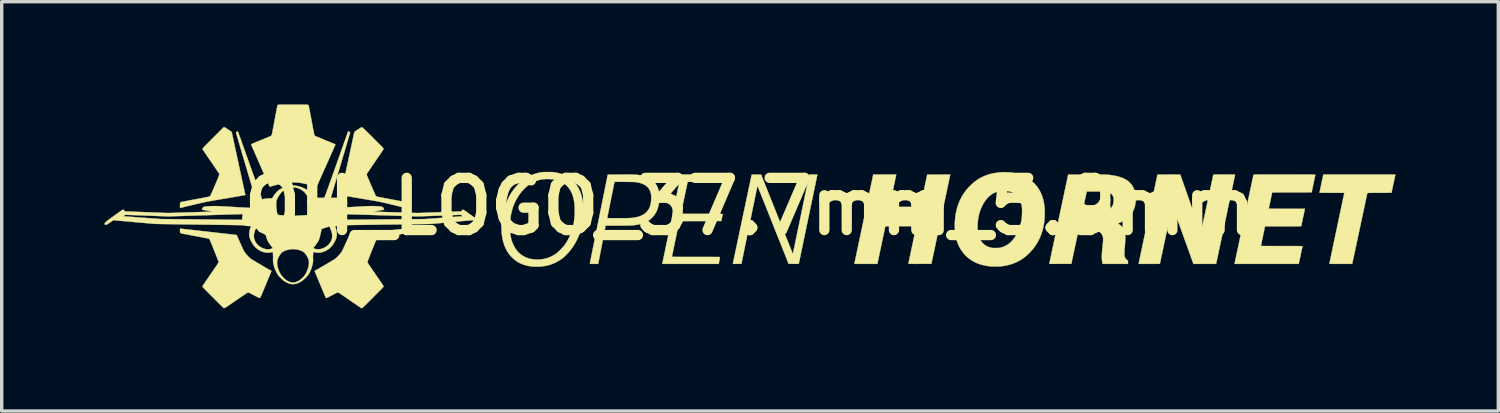
<source format=kicad_pcb>
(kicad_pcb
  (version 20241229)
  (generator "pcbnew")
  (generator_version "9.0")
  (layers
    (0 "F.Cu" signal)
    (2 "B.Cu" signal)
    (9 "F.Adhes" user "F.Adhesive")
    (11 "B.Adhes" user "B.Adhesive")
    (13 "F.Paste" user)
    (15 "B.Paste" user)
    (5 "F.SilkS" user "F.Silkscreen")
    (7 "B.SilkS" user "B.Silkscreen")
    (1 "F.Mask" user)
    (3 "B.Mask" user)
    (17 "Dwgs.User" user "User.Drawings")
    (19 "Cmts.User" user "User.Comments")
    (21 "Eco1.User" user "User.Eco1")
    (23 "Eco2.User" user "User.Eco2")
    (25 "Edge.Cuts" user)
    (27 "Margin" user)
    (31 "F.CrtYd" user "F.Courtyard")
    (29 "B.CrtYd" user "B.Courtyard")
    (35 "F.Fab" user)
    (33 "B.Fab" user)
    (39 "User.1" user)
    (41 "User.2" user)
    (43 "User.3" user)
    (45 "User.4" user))
  (footprint "OH_LOGO_37.7mm_5.9mm"
    (layer "F.Cu")
    (at 18.838 2.977)
    (property "Reference" "OH_LOGO_37.7mm_5.9mm" (at 0 0 0) (layer "F.SilkS") (effects (font (size 1.524 1.524) (thickness 0.3))))
    (attr through_hole)
    (fp_poly (pts (xy 17.889 -0.931) (xy 17.98 -0.931) (xy 18.069 -0.931) (xy 18.155 -0.931) (xy 18.238 -0.931) (xy 18.317 -0.931) (xy 18.392 -0.931) (xy 18.462 -0.931) (xy 18.528 -0.931) (xy 18.589 -0.931) (xy 18.644 -0.931) (xy 18.693 -0.931) (xy 18.736 -0.931) (xy 18.773 -0.931) (xy 18.802 -0.931) (xy 18.825 -0.93) (xy 18.839 -0.93) (xy 18.846 -0.93) (xy 18.847 -0.93) (xy 18.846 -0.926) (xy 18.843 -0.914) (xy 18.839 -0.896) (xy 18.834 -0.871) (xy 18.828 -0.84) (xy 18.82 -0.805) (xy 18.812 -0.766) (xy 18.803 -0.723) (xy 18.793 -0.678) (xy 18.79 -0.665) (xy 18.734 -0.4) (xy 18.382 -0.399) (xy 18.317 -0.399) (xy 18.26 -0.398) (xy 18.21 -0.398) (xy 18.167 -0.398) (xy 18.131 -0.397) (xy 18.101 -0.397) (xy 18.077 -0.396) (xy 18.059 -0.396) (xy 18.045 -0.395) (xy 18.036 -0.394) (xy 18.03 -0.394) (xy 18.029 -0.393) (xy 18.028 -0.388) (xy 18.025 -0.376) (xy 18.021 -0.356) (xy 18.015 -0.328) (xy 18.007 -0.294) (xy 17.999 -0.253) (xy 17.989 -0.207) (xy 17.977 -0.154) (xy 17.965 -0.096) (xy 17.952 -0.033) (xy 17.937 0.035) (xy 17.922 0.107) (xy 17.905 0.184) (xy 17.888 0.264) (xy 17.87 0.347) (xy 17.852 0.434) (xy 17.833 0.523) (xy 17.814 0.614) (xy 17.807 0.644) (xy 17.587 1.676) (xy 17.254 1.676) (xy 17.186 1.676) (xy 17.126 1.676) (xy 17.073 1.676) (xy 17.028 1.676) (xy 16.991 1.675) (xy 16.961 1.675) (xy 16.939 1.674) (xy 16.926 1.673) (xy 16.921 1.672) (xy 16.921 1.672) (xy 16.921 1.668) (xy 16.924 1.655) (xy 16.928 1.635) (xy 16.934 1.608) (xy 16.941 1.574) (xy 16.95 1.534) (xy 16.959 1.487) (xy 16.97 1.434) (xy 16.983 1.376) (xy 16.996 1.313) (xy 17.01 1.245) (xy 17.025 1.173) (xy 17.042 1.097) (xy 17.058 1.017) (xy 17.076 0.933) (xy 17.094 0.847) (xy 17.113 0.758) (xy 17.132 0.667) (xy 17.139 0.637) (xy 17.158 0.545) (xy 17.177 0.456) (xy 17.195 0.368) (xy 17.213 0.284) (xy 17.23 0.203) (xy 17.247 0.126) (xy 17.262 0.052) (xy 17.277 -0.017) (xy 17.29 -0.081) (xy 17.303 -0.141) (xy 17.314 -0.195) (xy 17.325 -0.244) (xy 17.334 -0.286) (xy 17.341 -0.322) (xy 17.347 -0.352) (xy 17.352 -0.374) (xy 17.355 -0.388) (xy 17.357 -0.395) (xy 17.357 -0.396) (xy 17.353 -0.396) (xy 17.341 -0.396) (xy 17.321 -0.397) (xy 17.295 -0.397) (xy 17.264 -0.397) (xy 17.226 -0.397) (xy 17.184 -0.398) (xy 17.138 -0.398) (xy 17.088 -0.398) (xy 17.035 -0.398) (xy 16.995 -0.398) (xy 16.94 -0.398) (xy 16.888 -0.398) (xy 16.839 -0.398) (xy 16.794 -0.398) (xy 16.753 -0.399) (xy 16.717 -0.399) (xy 16.687 -0.4) (xy 16.663 -0.4) (xy 16.645 -0.4) (xy 16.635 -0.401) (xy 16.633 -0.401) (xy 16.634 -0.406) (xy 16.636 -0.418) (xy 16.64 -0.437) (xy 16.645 -0.462) (xy 16.651 -0.493) (xy 16.659 -0.528) (xy 16.667 -0.567) (xy 16.676 -0.609) (xy 16.685 -0.654) (xy 16.686 -0.656) (xy 16.695 -0.702) (xy 16.704 -0.745) (xy 16.713 -0.785) (xy 16.72 -0.821) (xy 16.727 -0.853) (xy 16.733 -0.879) (xy 16.737 -0.9) (xy 16.74 -0.913) (xy 16.741 -0.92) (xy 16.741 -0.92) (xy 16.744 -0.931) (xy 17.795 -0.931) (xy 17.889 -0.931)) (stroke (width 0.01) (type solid)) (fill yes) (layer "F.SilkS"))
    (fp_poly (pts (xy -11.312 -2.309) (xy -11.308 -2.306) (xy -11.298 -2.297) (xy -11.283 -2.283) (xy -11.263 -2.265) (xy -11.24 -2.242) (xy -11.213 -2.216) (xy -11.183 -2.187) (xy -11.151 -2.156) (xy -11.117 -2.122) (xy -11.081 -2.087) (xy -11.044 -2.05) (xy -11.007 -2.013) (xy -10.969 -1.976) (xy -10.933 -1.939) (xy -10.897 -1.903) (xy -10.862 -1.869) (xy -10.83 -1.836) (xy -10.8 -1.806) (xy -10.773 -1.778) (xy -10.749 -1.754) (xy -10.73 -1.734) (xy -10.714 -1.718) (xy -10.704 -1.706) (xy -10.699 -1.7) (xy -10.699 -1.7) (xy -10.694 -1.684) (xy -10.695 -1.674) (xy -10.698 -1.668) (xy -10.705 -1.655) (xy -10.718 -1.635) (xy -10.735 -1.608) (xy -10.757 -1.575) (xy -10.784 -1.535) (xy -10.815 -1.489) (xy -10.851 -1.435) (xy -10.892 -1.376) (xy -10.937 -1.31) (xy -10.976 -1.253) (xy -11.013 -1.199) (xy -11.046 -1.15) (xy -11.077 -1.105) (xy -11.103 -1.066) (xy -11.126 -1.031) (xy -11.146 -1.002) (xy -11.161 -0.978) (xy -11.172 -0.961) (xy -11.178 -0.95) (xy -11.18 -0.946) (xy -11.182 -0.933) (xy -11.182 -0.922) (xy -11.182 -0.922) (xy -11.179 -0.915) (xy -11.174 -0.902) (xy -11.166 -0.883) (xy -11.156 -0.858) (xy -11.143 -0.828) (xy -11.129 -0.794) (xy -11.113 -0.757) (xy -11.096 -0.718) (xy -11.079 -0.676) (xy -11.061 -0.634) (xy -11.042 -0.591) (xy -11.024 -0.549) (xy -11.006 -0.508) (xy -10.989 -0.468) (xy -10.973 -0.431) (xy -10.958 -0.398) (xy -10.945 -0.369) (xy -10.934 -0.344) (xy -10.926 -0.325) (xy -10.92 -0.313) (xy -10.917 -0.307) (xy -10.917 -0.307) (xy -10.907 -0.297) (xy -10.897 -0.29) (xy -10.892 -0.289) (xy -10.878 -0.286) (xy -10.857 -0.281) (xy -10.83 -0.276) (xy -10.797 -0.269) (xy -10.758 -0.262) (xy -10.715 -0.253) (xy -10.667 -0.244) (xy -10.616 -0.234) (xy -10.561 -0.224) (xy -10.504 -0.213) (xy -10.473 -0.208) (xy -10.405 -0.195) (xy -10.346 -0.184) (xy -10.293 -0.174) (xy -10.247 -0.165) (xy -10.208 -0.158) (xy -10.174 -0.152) (xy -10.146 -0.146) (xy -10.123 -0.141) (xy -10.104 -0.137) (xy -10.088 -0.134) (xy -10.077 -0.131) (xy -10.068 -0.129) (xy -10.061 -0.126) (xy -10.056 -0.124) (xy -10.053 -0.122) (xy -10.05 -0.121) (xy -10.048 -0.118) (xy -10.048 -0.118) (xy -10.035 -0.106) (xy -10.032 0.042) (xy -10.042 0.042) (xy -10.048 0.041) (xy -10.061 0.038) (xy -10.081 0.033) (xy -10.107 0.027) (xy -10.138 0.02) (xy -10.174 0.011) (xy -10.214 0.002) (xy -10.256 -0.009) (xy -10.3 -0.019) (xy -10.394 -0.042) (xy -10.48 -0.063) (xy -10.558 -0.082) (xy -10.63 -0.098) (xy -10.695 -0.113) (xy -10.753 -0.126) (xy -10.806 -0.137) (xy -10.853 -0.146) (xy -10.871 -0.15) (xy -10.886 -0.153) (xy -10.908 -0.157) (xy -10.938 -0.162) (xy -10.974 -0.168) (xy -11.015 -0.175) (xy -11.062 -0.183) (xy -11.113 -0.192) (xy -11.168 -0.201) (xy -11.227 -0.211) (xy -11.287 -0.221) (xy -11.35 -0.232) (xy -11.413 -0.242) (xy -11.419 -0.243) (xy -11.482 -0.254) (xy -11.542 -0.264) (xy -11.601 -0.274) (xy -11.655 -0.283) (xy -11.707 -0.292) (xy -11.754 -0.301) (xy -11.796 -0.308) (xy -11.833 -0.315) (xy -11.864 -0.32) (xy -11.888 -0.325) (xy -11.905 -0.328) (xy -11.915 -0.33) (xy -11.916 -0.331) (xy -11.93 -0.336) (xy -11.938 -0.34) (xy -11.941 -0.344) (xy -11.94 -0.349) (xy -11.938 -0.355) (xy -11.936 -0.364) (xy -11.933 -0.375) (xy -11.93 -0.388) (xy -11.926 -0.404) (xy -11.922 -0.423) (xy -11.917 -0.445) (xy -11.911 -0.472) (xy -11.904 -0.502) (xy -11.897 -0.537) (xy -11.888 -0.576) (xy -11.878 -0.62) (xy -11.867 -0.67) (xy -11.855 -0.726) (xy -11.842 -0.787) (xy -11.827 -0.855) (xy -11.811 -0.93) (xy -11.794 -1.011) (xy -11.774 -1.1) (xy -11.754 -1.196) (xy -11.731 -1.301) (xy -11.73 -1.304) (xy -11.543 -2.174) (xy -11.445 -2.242) (xy -11.419 -2.259) (xy -11.394 -2.275) (xy -11.373 -2.289) (xy -11.355 -2.3) (xy -11.342 -2.307) (xy -11.335 -2.311) (xy -11.335 -2.311) (xy -11.321 -2.311) (xy -11.312 -2.309)) (stroke (width 0.01) (type solid)) (fill yes) (layer "F.SilkS"))
    (fp_poly (pts (xy -15.342 -2.311) (xy -15.336 -2.311) (xy -15.329 -2.31) (xy -15.322 -2.307) (xy -15.313 -2.302) (xy -15.301 -2.295) (xy -15.285 -2.284) (xy -15.264 -2.27) (xy -15.238 -2.252) (xy -15.223 -2.242) (xy -15.124 -2.174) (xy -14.933 -1.287) (xy -14.914 -1.202) (xy -14.896 -1.118) (xy -14.879 -1.037) (xy -14.862 -0.959) (xy -14.845 -0.884) (xy -14.83 -0.813) (xy -14.815 -0.745) (xy -14.802 -0.682) (xy -14.789 -0.624) (xy -14.777 -0.571) (xy -14.767 -0.524) (xy -14.758 -0.482) (xy -14.75 -0.447) (xy -14.744 -0.418) (xy -14.739 -0.397) (xy -14.736 -0.383) (xy -14.734 -0.377) (xy -14.73 -0.363) (xy -14.727 -0.351) (xy -14.725 -0.346) (xy -14.725 -0.342) (xy -14.731 -0.338) (xy -14.742 -0.334) (xy -14.752 -0.33) (xy -14.76 -0.328) (xy -14.775 -0.325) (xy -14.798 -0.321) (xy -14.828 -0.316) (xy -14.864 -0.309) (xy -14.905 -0.302) (xy -14.951 -0.294) (xy -15.002 -0.285) (xy -15.056 -0.276) (xy -15.114 -0.266) (xy -15.174 -0.256) (xy -15.237 -0.245) (xy -15.261 -0.241) (xy -15.346 -0.227) (xy -15.423 -0.214) (xy -15.493 -0.202) (xy -15.556 -0.191) (xy -15.614 -0.181) (xy -15.667 -0.172) (xy -15.716 -0.164) (xy -15.761 -0.155) (xy -15.804 -0.148) (xy -15.844 -0.14) (xy -15.882 -0.132) (xy -15.92 -0.124) (xy -15.958 -0.116) (xy -15.996 -0.108) (xy -16.035 -0.099) (xy -16.076 -0.09) (xy -16.12 -0.079) (xy -16.167 -0.068) (xy -16.217 -0.056) (xy -16.273 -0.043) (xy -16.334 -0.028) (xy -16.351 -0.024) (xy -16.397 -0.012) (xy -16.442 -0.002) (xy -16.483 0.008) (xy -16.52 0.017) (xy -16.553 0.025) (xy -16.581 0.032) (xy -16.603 0.037) (xy -16.618 0.04) (xy -16.626 0.042) (xy -16.627 0.042) (xy -16.629 0.041) (xy -16.631 0.035) (xy -16.632 0.024) (xy -16.633 0.007) (xy -16.633 -0.017) (xy -16.633 -0.027) (xy -16.633 -0.057) (xy -16.632 -0.079) (xy -16.63 -0.096) (xy -16.627 -0.107) (xy -16.623 -0.116) (xy -16.617 -0.122) (xy -16.613 -0.125) (xy -16.607 -0.127) (xy -16.594 -0.13) (xy -16.573 -0.134) (xy -16.545 -0.14) (xy -16.51 -0.147) (xy -16.469 -0.155) (xy -16.422 -0.164) (xy -16.37 -0.174) (xy -16.314 -0.185) (xy -16.252 -0.196) (xy -16.191 -0.208) (xy -16.123 -0.22) (xy -16.063 -0.232) (xy -16.01 -0.242) (xy -15.964 -0.25) (xy -15.924 -0.258) (xy -15.89 -0.264) (xy -15.861 -0.27) (xy -15.838 -0.275) (xy -15.818 -0.279) (xy -15.803 -0.282) (xy -15.79 -0.285) (xy -15.781 -0.288) (xy -15.774 -0.29) (xy -15.769 -0.292) (xy -15.765 -0.295) (xy -15.763 -0.296) (xy -15.76 -0.298) (xy -15.757 -0.301) (xy -15.753 -0.305) (xy -15.75 -0.31) (xy -15.745 -0.317) (xy -15.74 -0.327) (xy -15.734 -0.34) (xy -15.726 -0.357) (xy -15.717 -0.378) (xy -15.705 -0.403) (xy -15.692 -0.434) (xy -15.676 -0.471) (xy -15.657 -0.514) (xy -15.636 -0.563) (xy -15.616 -0.61) (xy -15.591 -0.667) (xy -15.57 -0.718) (xy -15.551 -0.761) (xy -15.535 -0.799) (xy -15.522 -0.831) (xy -15.511 -0.858) (xy -15.503 -0.88) (xy -15.496 -0.898) (xy -15.491 -0.913) (xy -15.488 -0.925) (xy -15.486 -0.934) (xy -15.486 -0.941) (xy -15.487 -0.947) (xy -15.488 -0.953) (xy -15.49 -0.958) (xy -15.492 -0.96) (xy -15.495 -0.966) (xy -15.502 -0.977) (xy -15.514 -0.995) (xy -15.53 -1.018) (xy -15.549 -1.046) (xy -15.571 -1.078) (xy -15.596 -1.115) (xy -15.623 -1.155) (xy -15.653 -1.198) (xy -15.684 -1.244) (xy -15.717 -1.291) (xy -15.731 -1.313) (xy -15.765 -1.361) (xy -15.796 -1.407) (xy -15.827 -1.452) (xy -15.855 -1.493) (xy -15.881 -1.531) (xy -15.904 -1.565) (xy -15.924 -1.595) (xy -15.941 -1.621) (xy -15.954 -1.641) (xy -15.964 -1.655) (xy -15.969 -1.663) (xy -15.969 -1.664) (xy -15.971 -1.668) (xy -15.972 -1.673) (xy -15.973 -1.677) (xy -15.973 -1.681) (xy -15.971 -1.687) (xy -15.967 -1.693) (xy -15.962 -1.702) (xy -15.954 -1.712) (xy -15.944 -1.724) (xy -15.93 -1.739) (xy -15.913 -1.757) (xy -15.893 -1.778) (xy -15.869 -1.803) (xy -15.84 -1.832) (xy -15.807 -1.865) (xy -15.768 -1.904) (xy -15.725 -1.947) (xy -15.676 -1.996) (xy -15.664 -2.008) (xy -15.361 -2.311) (xy -15.342 -2.311)) (stroke (width 0.01) (type solid)) (fill yes) (layer "F.SilkS"))
    (fp_poly (pts (xy 0.194 -0.93) (xy 0.331 -0.929) (xy 0.793 0.227) (xy 0.831 0.322) (xy 0.868 0.415) (xy 0.904 0.505) (xy 0.94 0.593) (xy 0.974 0.678) (xy 1.006 0.76) (xy 1.037 0.838) (xy 1.067 0.912) (xy 1.095 0.982) (xy 1.121 1.047) (xy 1.146 1.108) (xy 1.168 1.163) (xy 1.188 1.213) (xy 1.206 1.258) (xy 1.221 1.296) (xy 1.234 1.328) (xy 1.244 1.353) (xy 1.251 1.371) (xy 1.256 1.382) (xy 1.257 1.386) (xy 1.258 1.382) (xy 1.261 1.37) (xy 1.265 1.351) (xy 1.271 1.324) (xy 1.278 1.29) (xy 1.287 1.25) (xy 1.297 1.203) (xy 1.308 1.15) (xy 1.32 1.092) (xy 1.333 1.028) (xy 1.347 0.96) (xy 1.363 0.886) (xy 1.379 0.809) (xy 1.396 0.727) (xy 1.413 0.642) (xy 1.432 0.553) (xy 1.451 0.462) (xy 1.47 0.368) (xy 1.49 0.271) (xy 1.499 0.228) (xy 1.738 -0.931) (xy 1.855 -0.931) (xy 1.886 -0.931) (xy 1.913 -0.931) (xy 1.937 -0.931) (xy 1.955 -0.93) (xy 1.968 -0.929) (xy 1.973 -0.929) (xy 1.973 -0.929) (xy 1.972 -0.924) (xy 1.969 -0.912) (xy 1.965 -0.892) (xy 1.96 -0.865) (xy 1.952 -0.831) (xy 1.944 -0.79) (xy 1.934 -0.742) (xy 1.923 -0.689) (xy 1.911 -0.629) (xy 1.897 -0.565) (xy 1.883 -0.495) (xy 1.867 -0.42) (xy 1.851 -0.341) (xy 1.833 -0.257) (xy 1.815 -0.17) (xy 1.796 -0.079) (xy 1.776 0.015) (xy 1.756 0.112) (xy 1.735 0.212) (xy 1.714 0.314) (xy 1.702 0.373) (xy 1.68 0.476) (xy 1.659 0.577) (xy 1.639 0.676) (xy 1.619 0.772) (xy 1.599 0.864) (xy 1.581 0.954) (xy 1.563 1.039) (xy 1.546 1.121) (xy 1.53 1.198) (xy 1.515 1.271) (xy 1.5 1.339) (xy 1.487 1.401) (xy 1.476 1.458) (xy 1.465 1.509) (xy 1.456 1.554) (xy 1.448 1.592) (xy 1.441 1.623) (xy 1.436 1.647) (xy 1.433 1.664) (xy 1.431 1.673) (xy 1.431 1.674) (xy 1.427 1.675) (xy 1.415 1.675) (xy 1.397 1.675) (xy 1.373 1.676) (xy 1.345 1.676) (xy 1.313 1.676) (xy 1.282 1.675) (xy 1.134 1.674) (xy 0.68 0.535) (xy 0.643 0.441) (xy 0.606 0.349) (xy 0.57 0.259) (xy 0.536 0.172) (xy 0.502 0.088) (xy 0.47 0.007) (xy 0.439 -0.07) (xy 0.41 -0.143) (xy 0.382 -0.212) (xy 0.356 -0.276) (xy 0.332 -0.336) (xy 0.311 -0.39) (xy 0.291 -0.439) (xy 0.274 -0.482) (xy 0.259 -0.519) (xy 0.246 -0.55) (xy 0.236 -0.574) (xy 0.23 -0.591) (xy 0.225 -0.6) (xy 0.224 -0.602) (xy 0.223 -0.598) (xy 0.221 -0.586) (xy 0.216 -0.566) (xy 0.211 -0.539) (xy 0.204 -0.505) (xy 0.195 -0.464) (xy 0.185 -0.417) (xy 0.175 -0.364) (xy 0.162 -0.306) (xy 0.149 -0.242) (xy 0.135 -0.173) (xy 0.12 -0.1) (xy 0.104 -0.022) (xy 0.087 0.059) (xy 0.07 0.144) (xy 0.052 0.232) (xy 0.033 0.324) (xy 0.014 0.418) (xy -0.006 0.514) (xy -0.011 0.537) (xy -0.244 1.674) (xy -0.37 1.675) (xy -0.406 1.676) (xy -0.434 1.676) (xy -0.456 1.676) (xy -0.472 1.675) (xy -0.483 1.675) (xy -0.489 1.674) (xy -0.493 1.673) (xy -0.494 1.671) (xy -0.494 1.669) (xy -0.493 1.665) (xy -0.49 1.652) (xy -0.486 1.632) (xy -0.48 1.605) (xy -0.473 1.571) (xy -0.464 1.531) (xy -0.455 1.485) (xy -0.444 1.433) (xy -0.431 1.376) (xy -0.418 1.315) (xy -0.404 1.248) (xy -0.389 1.178) (xy -0.374 1.104) (xy -0.357 1.027) (xy -0.341 0.947) (xy -0.323 0.864) (xy -0.305 0.78) (xy -0.287 0.693) (xy -0.268 0.605) (xy -0.249 0.516) (xy -0.231 0.427) (xy -0.212 0.337) (xy -0.193 0.248) (xy -0.174 0.159) (xy -0.155 0.071) (xy -0.137 -0.015) (xy -0.119 -0.1) (xy -0.102 -0.183) (xy -0.085 -0.263) (xy -0.068 -0.341) (xy -0.053 -0.415) (xy -0.038 -0.485) (xy -0.024 -0.552) (xy -0.01 -0.614) (xy 0.002 -0.671) (xy 0.013 -0.723) (xy 0.022 -0.77) (xy 0.031 -0.81) (xy 0.038 -0.845) (xy 0.044 -0.872) (xy 0.048 -0.893) (xy 0.051 -0.905) (xy 0.052 -0.909) (xy 0.056 -0.931) (xy 0.194 -0.93)) (stroke (width 0.01) (type solid)) (fill yes) (layer "F.SilkS"))
    (fp_poly (pts (xy 7.46 -0.997) (xy 7.507 -0.996) (xy 7.55 -0.994) (xy 7.589 -0.991) (xy 7.614 -0.989) (xy 7.718 -0.973) (xy 7.816 -0.951) (xy 7.909 -0.923) (xy 7.997 -0.888) (xy 8.079 -0.847) (xy 8.156 -0.799) (xy 8.228 -0.745) (xy 8.295 -0.684) (xy 8.357 -0.617) (xy 8.398 -0.564) (xy 8.447 -0.491) (xy 8.489 -0.412) (xy 8.526 -0.328) (xy 8.556 -0.238) (xy 8.58 -0.143) (xy 8.597 -0.042) (xy 8.604 0.015) (xy 8.607 0.048) (xy 8.609 0.088) (xy 8.61 0.132) (xy 8.611 0.178) (xy 8.611 0.225) (xy 8.61 0.27) (xy 8.609 0.311) (xy 8.607 0.347) (xy 8.607 0.349) (xy 8.593 0.472) (xy 8.572 0.589) (xy 8.545 0.702) (xy 8.51 0.81) (xy 8.469 0.913) (xy 8.42 1.012) (xy 8.364 1.107) (xy 8.302 1.198) (xy 8.232 1.284) (xy 8.156 1.365) (xy 8.077 1.438) (xy 7.995 1.503) (xy 7.91 1.56) (xy 7.82 1.61) (xy 7.726 1.652) (xy 7.628 1.688) (xy 7.526 1.715) (xy 7.42 1.736) (xy 7.34 1.746) (xy 7.318 1.748) (xy 7.289 1.749) (xy 7.256 1.751) (xy 7.219 1.751) (xy 7.181 1.752) (xy 7.143 1.752) (xy 7.108 1.752) (xy 7.076 1.751) (xy 7.05 1.75) (xy 7.04 1.75) (xy 6.962 1.741) (xy 6.882 1.728) (xy 6.802 1.71) (xy 6.726 1.689) (xy 6.654 1.664) (xy 6.605 1.644) (xy 6.542 1.612) (xy 6.478 1.574) (xy 6.417 1.532) (xy 6.361 1.488) (xy 6.338 1.468) (xy 6.272 1.402) (xy 6.213 1.331) (xy 6.161 1.256) (xy 6.116 1.176) (xy 6.077 1.091) (xy 6.045 1.001) (xy 6.02 0.907) (xy 6.002 0.807) (xy 5.99 0.702) (xy 5.985 0.592) (xy 5.985 0.588) (xy 6.649 0.588) (xy 6.65 0.656) (xy 6.654 0.72) (xy 6.661 0.778) (xy 6.663 0.79) (xy 6.679 0.855) (xy 6.7 0.915) (xy 6.726 0.969) (xy 6.757 1.018) (xy 6.795 1.064) (xy 6.802 1.072) (xy 6.843 1.11) (xy 6.888 1.142) (xy 6.936 1.168) (xy 6.989 1.189) (xy 7.047 1.204) (xy 7.093 1.212) (xy 7.101 1.213) (xy 7.116 1.213) (xy 7.136 1.213) (xy 7.161 1.213) (xy 7.188 1.213) (xy 7.195 1.213) (xy 7.228 1.212) (xy 7.255 1.211) (xy 7.276 1.21) (xy 7.294 1.208) (xy 7.309 1.205) (xy 7.319 1.203) (xy 7.389 1.183) (xy 7.456 1.155) (xy 7.519 1.119) (xy 7.578 1.076) (xy 7.634 1.026) (xy 7.687 0.967) (xy 7.737 0.901) (xy 7.752 0.878) (xy 7.8 0.798) (xy 7.841 0.713) (xy 7.876 0.624) (xy 7.905 0.53) (xy 7.927 0.43) (xy 7.94 0.347) (xy 7.942 0.322) (xy 7.945 0.291) (xy 7.947 0.255) (xy 7.948 0.217) (xy 7.949 0.177) (xy 7.95 0.138) (xy 7.95 0.1) (xy 7.949 0.067) (xy 7.948 0.039) (xy 7.946 0.021) (xy 7.935 -0.052) (xy 7.919 -0.117) (xy 7.899 -0.177) (xy 7.873 -0.23) (xy 7.842 -0.277) (xy 7.805 -0.319) (xy 7.804 -0.32) (xy 7.76 -0.358) (xy 7.71 -0.39) (xy 7.655 -0.416) (xy 7.594 -0.436) (xy 7.528 -0.449) (xy 7.457 -0.455) (xy 7.387 -0.456) (xy 7.319 -0.451) (xy 7.256 -0.44) (xy 7.197 -0.423) (xy 7.14 -0.399) (xy 7.084 -0.369) (xy 7.072 -0.361) (xy 7.017 -0.321) (xy 6.964 -0.273) (xy 6.914 -0.218) (xy 6.867 -0.157) (xy 6.824 -0.09) (xy 6.785 -0.018) (xy 6.75 0.058) (xy 6.721 0.138) (xy 6.696 0.221) (xy 6.693 0.232) (xy 6.678 0.3) (xy 6.666 0.372) (xy 6.657 0.444) (xy 6.651 0.517) (xy 6.649 0.588) (xy 5.985 0.588) (xy 5.986 0.478) (xy 5.995 0.356) (xy 6.009 0.24) (xy 6.031 0.129) (xy 6.059 0.022) (xy 6.094 -0.081) (xy 6.136 -0.18) (xy 6.185 -0.276) (xy 6.208 -0.316) (xy 6.262 -0.401) (xy 6.323 -0.482) (xy 6.389 -0.559) (xy 6.461 -0.631) (xy 6.535 -0.698) (xy 6.613 -0.757) (xy 6.636 -0.773) (xy 6.715 -0.822) (xy 6.797 -0.865) (xy 6.881 -0.901) (xy 6.969 -0.932) (xy 7.062 -0.957) (xy 7.16 -0.976) (xy 7.248 -0.989) (xy 7.281 -0.992) (xy 7.32 -0.995) (xy 7.365 -0.996) (xy 7.412 -0.997) (xy 7.46 -0.997)) (stroke (width 0.01) (type solid)) (fill yes) (layer "F.SilkS"))
    (fp_poly (pts (xy 5.848 -0.915) (xy 5.847 -0.91) (xy 5.845 -0.897) (xy 5.84 -0.876) (xy 5.834 -0.847) (xy 5.827 -0.812) (xy 5.818 -0.77) (xy 5.808 -0.722) (xy 5.796 -0.667) (xy 5.784 -0.607) (xy 5.77 -0.542) (xy 5.755 -0.471) (xy 5.739 -0.396) (xy 5.722 -0.316) (xy 5.705 -0.232) (xy 5.686 -0.144) (xy 5.667 -0.053) (xy 5.647 0.041) (xy 5.626 0.139) (xy 5.605 0.238) (xy 5.584 0.34) (xy 5.574 0.387) (xy 5.302 1.674) (xy 4.966 1.675) (xy 4.898 1.676) (xy 4.837 1.676) (xy 4.785 1.676) (xy 4.741 1.675) (xy 4.704 1.675) (xy 4.675 1.675) (xy 4.654 1.674) (xy 4.639 1.673) (xy 4.632 1.673) (xy 4.631 1.672) (xy 4.632 1.667) (xy 4.635 1.655) (xy 4.639 1.635) (xy 4.644 1.609) (xy 4.651 1.576) (xy 4.659 1.537) (xy 4.668 1.493) (xy 4.679 1.444) (xy 4.69 1.391) (xy 4.702 1.334) (xy 4.715 1.274) (xy 4.728 1.21) (xy 4.742 1.144) (xy 4.746 1.127) (xy 4.76 1.06) (xy 4.773 0.996) (xy 4.786 0.935) (xy 4.798 0.877) (xy 4.81 0.822) (xy 4.82 0.772) (xy 4.83 0.727) (xy 4.838 0.687) (xy 4.845 0.652) (xy 4.851 0.624) (xy 4.856 0.602) (xy 4.858 0.588) (xy 4.86 0.581) (xy 4.86 0.581) (xy 4.858 0.58) (xy 4.851 0.579) (xy 4.839 0.578) (xy 4.822 0.578) (xy 4.8 0.577) (xy 4.771 0.577) (xy 4.736 0.577) (xy 4.695 0.576) (xy 4.647 0.576) (xy 4.591 0.576) (xy 4.528 0.576) (xy 4.457 0.576) (xy 4.409 0.576) (xy 4.338 0.576) (xy 4.274 0.576) (xy 4.218 0.576) (xy 4.169 0.576) (xy 4.126 0.576) (xy 4.09 0.576) (xy 4.059 0.576) (xy 4.033 0.577) (xy 4.013 0.577) (xy 3.996 0.577) (xy 3.983 0.578) (xy 3.973 0.579) (xy 3.966 0.579) (xy 3.961 0.58) (xy 3.958 0.581) (xy 3.957 0.582) (xy 3.956 0.583) (xy 3.955 0.588) (xy 3.953 0.601) (xy 3.948 0.621) (xy 3.943 0.648) (xy 3.935 0.681) (xy 3.927 0.72) (xy 3.918 0.764) (xy 3.907 0.813) (xy 3.896 0.867) (xy 3.884 0.924) (xy 3.871 0.984) (xy 3.858 1.047) (xy 3.844 1.113) (xy 3.842 1.124) (xy 3.828 1.19) (xy 3.814 1.254) (xy 3.801 1.315) (xy 3.789 1.373) (xy 3.778 1.427) (xy 3.767 1.477) (xy 3.758 1.522) (xy 3.749 1.562) (xy 3.742 1.596) (xy 3.736 1.624) (xy 3.731 1.646) (xy 3.728 1.66) (xy 3.727 1.667) (xy 3.727 1.667) (xy 3.724 1.676) (xy 3.053 1.676) (xy 3.067 1.612) (xy 3.069 1.602) (xy 3.073 1.585) (xy 3.078 1.56) (xy 3.085 1.528) (xy 3.093 1.489) (xy 3.103 1.443) (xy 3.114 1.391) (xy 3.126 1.333) (xy 3.139 1.27) (xy 3.154 1.202) (xy 3.169 1.128) (xy 3.186 1.05) (xy 3.203 0.968) (xy 3.221 0.882) (xy 3.24 0.793) (xy 3.26 0.701) (xy 3.28 0.605) (xy 3.3 0.508) (xy 3.321 0.408) (xy 3.343 0.308) (xy 3.604 -0.931) (xy 3.94 -0.931) (xy 3.993 -0.931) (xy 4.043 -0.931) (xy 4.089 -0.931) (xy 4.132 -0.931) (xy 4.171 -0.931) (xy 4.204 -0.931) (xy 4.232 -0.931) (xy 4.254 -0.93) (xy 4.268 -0.93) (xy 4.275 -0.93) (xy 4.276 -0.93) (xy 4.275 -0.926) (xy 4.272 -0.914) (xy 4.268 -0.895) (xy 4.263 -0.87) (xy 4.257 -0.839) (xy 4.249 -0.802) (xy 4.24 -0.762) (xy 4.231 -0.718) (xy 4.221 -0.67) (xy 4.21 -0.62) (xy 4.199 -0.568) (xy 4.188 -0.515) (xy 4.177 -0.461) (xy 4.165 -0.407) (xy 4.154 -0.354) (xy 4.143 -0.302) (xy 4.133 -0.253) (xy 4.123 -0.205) (xy 4.113 -0.161) (xy 4.105 -0.121) (xy 4.097 -0.085) (xy 4.091 -0.055) (xy 4.085 -0.03) (xy 4.081 -0.012) (xy 4.079 -0.001) (xy 4.078 0.003) (xy 4.076 0.013) (xy 4.527 0.013) (xy 4.599 0.013) (xy 4.663 0.013) (xy 4.72 0.013) (xy 4.77 0.012) (xy 4.812 0.012) (xy 4.849 0.012) (xy 4.88 0.012) (xy 4.906 0.012) (xy 4.927 0.011) (xy 4.944 0.011) (xy 4.957 0.01) (xy 4.967 0.01) (xy 4.974 0.009) (xy 4.978 0.008) (xy 4.98 0.007) (xy 4.981 0.006) (xy 4.982 0.001) (xy 4.985 -0.011) (xy 4.99 -0.031) (xy 4.995 -0.058) (xy 5.002 -0.091) (xy 5.011 -0.129) (xy 5.02 -0.172) (xy 5.03 -0.22) (xy 5.041 -0.272) (xy 5.053 -0.328) (xy 5.065 -0.386) (xy 5.078 -0.447) (xy 5.082 -0.465) (xy 5.18 -0.929) (xy 5.851 -0.931) (xy 5.848 -0.915)) (stroke (width 0.01) (type solid)) (fill yes) (layer "F.SilkS"))
    (fp_poly (pts (xy -3.58 -0.931) (xy -3.529 -0.931) (xy -3.484 -0.93) (xy -3.445 -0.93) (xy -3.41 -0.929) (xy -3.379 -0.928) (xy -3.351 -0.927) (xy -3.327 -0.926) (xy -3.304 -0.924) (xy -3.282 -0.922) (xy -3.261 -0.92) (xy -3.241 -0.918) (xy -3.219 -0.915) (xy -3.215 -0.914) (xy -3.142 -0.902) (xy -3.076 -0.886) (xy -3.017 -0.867) (xy -2.962 -0.843) (xy -2.912 -0.816) (xy -2.866 -0.783) (xy -2.822 -0.745) (xy -2.8 -0.723) (xy -2.756 -0.672) (xy -2.72 -0.616) (xy -2.69 -0.557) (xy -2.667 -0.493) (xy -2.651 -0.424) (xy -2.641 -0.35) (xy -2.638 -0.271) (xy -2.639 -0.231) (xy -2.645 -0.143) (xy -2.657 -0.061) (xy -2.675 0.016) (xy -2.698 0.088) (xy -2.728 0.155) (xy -2.764 0.218) (xy -2.773 0.233) (xy -2.794 0.262) (xy -2.821 0.293) (xy -2.851 0.325) (xy -2.883 0.355) (xy -2.915 0.383) (xy -2.945 0.405) (xy -2.949 0.408) (xy -3.012 0.445) (xy -3.081 0.476) (xy -3.156 0.503) (xy -3.237 0.524) (xy -3.322 0.539) (xy -3.325 0.539) (xy -3.346 0.542) (xy -3.365 0.545) (xy -3.385 0.547) (xy -3.406 0.549) (xy -3.429 0.55) (xy -3.453 0.552) (xy -3.48 0.553) (xy -3.511 0.554) (xy -3.545 0.555) (xy -3.585 0.555) (xy -3.63 0.556) (xy -3.681 0.556) (xy -3.739 0.557) (xy -3.804 0.557) (xy -3.846 0.558) (xy -4.21 0.56) (xy -4.313 1.098) (xy -4.326 1.165) (xy -4.338 1.229) (xy -4.35 1.291) (xy -4.362 1.35) (xy -4.372 1.405) (xy -4.382 1.456) (xy -4.391 1.503) (xy -4.399 1.544) (xy -4.406 1.58) (xy -4.411 1.609) (xy -4.416 1.632) (xy -4.419 1.648) (xy -4.42 1.656) (xy -4.42 1.656) (xy -4.425 1.676) (xy -4.547 1.676) (xy -4.584 1.676) (xy -4.613 1.676) (xy -4.636 1.676) (xy -4.652 1.675) (xy -4.662 1.674) (xy -4.668 1.673) (xy -4.669 1.671) (xy -4.668 1.667) (xy -4.666 1.654) (xy -4.662 1.634) (xy -4.657 1.606) (xy -4.65 1.572) (xy -4.641 1.531) (xy -4.632 1.483) (xy -4.621 1.429) (xy -4.609 1.37) (xy -4.596 1.305) (xy -4.582 1.234) (xy -4.567 1.159) (xy -4.551 1.08) (xy -4.534 0.996) (xy -4.516 0.909) (xy -4.498 0.818) (xy -4.479 0.723) (xy -4.459 0.626) (xy -4.439 0.526) (xy -4.419 0.424) (xy -4.407 0.368) (xy -4.401 0.338) (xy -4.161 0.338) (xy -4.157 0.339) (xy -4.145 0.34) (xy -4.127 0.34) (xy -4.102 0.341) (xy -4.072 0.342) (xy -4.037 0.342) (xy -3.998 0.342) (xy -3.956 0.343) (xy -3.912 0.343) (xy -3.867 0.343) (xy -3.82 0.343) (xy -3.774 0.343) (xy -3.728 0.343) (xy -3.684 0.342) (xy -3.643 0.342) (xy -3.604 0.342) (xy -3.569 0.341) (xy -3.539 0.34) (xy -3.515 0.339) (xy -3.498 0.339) (xy -3.421 0.332) (xy -3.351 0.322) (xy -3.287 0.309) (xy -3.228 0.292) (xy -3.173 0.271) (xy -3.155 0.262) (xy -3.099 0.232) (xy -3.05 0.197) (xy -3.007 0.158) (xy -2.971 0.112) (xy -2.94 0.062) (xy -2.915 0.006) (xy -2.897 -0.056) (xy -2.884 -0.124) (xy -2.877 -0.198) (xy -2.876 -0.222) (xy -2.875 -0.28) (xy -2.879 -0.332) (xy -2.886 -0.379) (xy -2.898 -0.422) (xy -2.914 -0.462) (xy -2.914 -0.464) (xy -2.939 -0.51) (xy -2.969 -0.55) (xy -3.005 -0.586) (xy -3.047 -0.618) (xy -3.095 -0.645) (xy -3.149 -0.668) (xy -3.211 -0.688) (xy -3.279 -0.703) (xy -3.33 -0.712) (xy -3.339 -0.712) (xy -3.355 -0.713) (xy -3.377 -0.714) (xy -3.405 -0.715) (xy -3.438 -0.715) (xy -3.475 -0.716) (xy -3.515 -0.717) (xy -3.557 -0.717) (xy -3.6 -0.718) (xy -3.645 -0.718) (xy -3.689 -0.719) (xy -3.732 -0.719) (xy -3.774 -0.719) (xy -3.813 -0.72) (xy -3.849 -0.72) (xy -3.88 -0.72) (xy -3.907 -0.719) (xy -3.928 -0.719) (xy -3.942 -0.719) (xy -3.949 -0.718) (xy -3.95 -0.718) (xy -3.951 -0.714) (xy -3.953 -0.701) (xy -3.957 -0.682) (xy -3.962 -0.656) (xy -3.969 -0.623) (xy -3.976 -0.585) (xy -3.985 -0.541) (xy -3.995 -0.492) (xy -4.005 -0.439) (xy -4.017 -0.383) (xy -4.029 -0.323) (xy -4.042 -0.26) (xy -4.055 -0.195) (xy -4.056 -0.191) (xy -4.069 -0.126) (xy -4.081 -0.063) (xy -4.094 -0.003) (xy -4.105 0.054) (xy -4.116 0.108) (xy -4.126 0.156) (xy -4.134 0.201) (xy -4.142 0.24) (xy -4.149 0.273) (xy -4.154 0.3) (xy -4.158 0.32) (xy -4.16 0.333) (xy -4.161 0.338) (xy -4.161 0.338) (xy -4.401 0.338) (xy -4.146 -0.929) (xy -3.774 -0.93) (xy -3.701 -0.931) (xy -3.637 -0.931) (xy -3.58 -0.931)) (stroke (width 0.01) (type solid)) (fill yes) (layer "F.SilkS"))
    (fp_poly (pts (xy -5.853 -1.005) (xy -5.82 -1.005) (xy -5.794 -1.004) (xy -5.771 -1.004) (xy -5.752 -1.002) (xy -5.735 -1.001) (xy -5.718 -0.999) (xy -5.7 -0.996) (xy -5.694 -0.995) (xy -5.605 -0.979) (xy -5.523 -0.958) (xy -5.447 -0.932) (xy -5.375 -0.9) (xy -5.308 -0.863) (xy -5.256 -0.829) (xy -5.235 -0.813) (xy -5.21 -0.792) (xy -5.183 -0.767) (xy -5.156 -0.74) (xy -5.128 -0.712) (xy -5.103 -0.685) (xy -5.082 -0.66) (xy -5.065 -0.639) (xy -5.064 -0.637) (xy -5.02 -0.57) (xy -4.982 -0.5) (xy -4.95 -0.428) (xy -4.922 -0.35) (xy -4.9 -0.27) (xy -4.882 -0.184) (xy -4.869 -0.092) (xy -4.861 0.005) (xy -4.857 0.105) (xy -4.859 0.207) (xy -4.865 0.31) (xy -4.876 0.412) (xy -4.888 0.487) (xy -4.913 0.608) (xy -4.945 0.726) (xy -4.985 0.84) (xy -5.033 0.95) (xy -5.088 1.056) (xy -5.151 1.16) (xy -5.222 1.26) (xy -5.247 1.291) (xy -5.268 1.316) (xy -5.293 1.345) (xy -5.321 1.375) (xy -5.351 1.406) (xy -5.381 1.436) (xy -5.41 1.463) (xy -5.436 1.487) (xy -5.457 1.504) (xy -5.537 1.563) (xy -5.621 1.613) (xy -5.708 1.656) (xy -5.8 1.692) (xy -5.895 1.72) (xy -5.994 1.74) (xy -6.072 1.75) (xy -6.102 1.753) (xy -6.138 1.755) (xy -6.177 1.756) (xy -6.219 1.756) (xy -6.26 1.756) (xy -6.299 1.755) (xy -6.333 1.754) (xy -6.352 1.752) (xy -6.446 1.739) (xy -6.536 1.72) (xy -6.62 1.693) (xy -6.7 1.66) (xy -6.775 1.619) (xy -6.846 1.571) (xy -6.912 1.517) (xy -6.928 1.502) (xy -6.987 1.44) (xy -7.039 1.372) (xy -7.087 1.299) (xy -7.128 1.219) (xy -7.164 1.135) (xy -7.193 1.045) (xy -7.216 0.951) (xy -7.233 0.852) (xy -7.235 0.841) (xy -7.245 0.735) (xy -7.248 0.645) (xy -7.001 0.645) (xy -6.997 0.73) (xy -6.99 0.809) (xy -6.978 0.883) (xy -6.963 0.952) (xy -6.943 1.019) (xy -6.919 1.082) (xy -6.896 1.132) (xy -6.856 1.205) (xy -6.812 1.271) (xy -6.762 1.33) (xy -6.707 1.382) (xy -6.647 1.427) (xy -6.582 1.466) (xy -6.513 1.497) (xy -6.439 1.521) (xy -6.36 1.538) (xy -6.333 1.543) (xy -6.303 1.546) (xy -6.268 1.548) (xy -6.228 1.549) (xy -6.187 1.549) (xy -6.147 1.548) (xy -6.11 1.546) (xy -6.077 1.544) (xy -6.07 1.543) (xy -5.988 1.528) (xy -5.908 1.506) (xy -5.83 1.477) (xy -5.755 1.441) (xy -5.698 1.407) (xy -5.667 1.386) (xy -5.638 1.365) (xy -5.612 1.344) (xy -5.584 1.32) (xy -5.555 1.292) (xy -5.526 1.264) (xy -5.474 1.208) (xy -5.426 1.153) (xy -5.383 1.095) (xy -5.343 1.033) (xy -5.304 0.966) (xy -5.285 0.929) (xy -5.24 0.833) (xy -5.202 0.734) (xy -5.17 0.631) (xy -5.145 0.523) (xy -5.127 0.411) (xy -5.115 0.293) (xy -5.11 0.206) (xy -5.109 0.1) (xy -5.112 0.002) (xy -5.12 -0.09) (xy -5.133 -0.176) (xy -5.15 -0.257) (xy -5.173 -0.331) (xy -5.201 -0.401) (xy -5.234 -0.466) (xy -5.263 -0.512) (xy -5.284 -0.541) (xy -5.31 -0.572) (xy -5.34 -0.603) (xy -5.371 -0.632) (xy -5.401 -0.658) (xy -5.421 -0.672) (xy -5.482 -0.708) (xy -5.546 -0.739) (xy -5.616 -0.763) (xy -5.689 -0.781) (xy -5.768 -0.793) (xy -5.853 -0.8) (xy -5.908 -0.801) (xy -5.988 -0.798) (xy -6.063 -0.79) (xy -6.134 -0.777) (xy -6.203 -0.757) (xy -6.271 -0.732) (xy -6.33 -0.704) (xy -6.397 -0.667) (xy -6.46 -0.623) (xy -6.522 -0.573) (xy -6.584 -0.516) (xy -6.585 -0.515) (xy -6.656 -0.438) (xy -6.72 -0.355) (xy -6.779 -0.267) (xy -6.831 -0.174) (xy -6.876 -0.077) (xy -6.915 0.025) (xy -6.946 0.131) (xy -6.971 0.24) (xy -6.974 0.259) (xy -6.982 0.305) (xy -6.988 0.348) (xy -6.992 0.389) (xy -6.996 0.432) (xy -6.998 0.477) (xy -7 0.528) (xy -7.001 0.553) (xy -7.001 0.645) (xy -7.248 0.645) (xy -7.249 0.626) (xy -7.247 0.517) (xy -7.24 0.409) (xy -7.235 0.364) (xy -7.217 0.252) (xy -7.192 0.14) (xy -7.16 0.031) (xy -7.123 -0.076) (xy -7.079 -0.179) (xy -7.03 -0.279) (xy -6.976 -0.373) (xy -6.917 -0.462) (xy -6.853 -0.545) (xy -6.804 -0.601) (xy -6.729 -0.677) (xy -6.651 -0.745) (xy -6.571 -0.805) (xy -6.488 -0.857) (xy -6.403 -0.902) (xy -6.315 -0.938) (xy -6.223 -0.967) (xy -6.166 -0.982) (xy -6.136 -0.988) (xy -6.109 -0.993) (xy -6.084 -0.997) (xy -6.059 -1) (xy -6.033 -1.002) (xy -6.005 -1.004) (xy -5.972 -1.005) (xy -5.933 -1.005) (xy -5.893 -1.005) (xy -5.853 -1.005)) (stroke (width 0.01) (type solid)) (fill yes) (layer "F.SilkS"))
    (fp_poly (pts (xy -13.353 -2.972) (xy -13.333 -2.972) (xy -13.263 -2.972) (xy -13.201 -2.972) (xy -13.147 -2.972) (xy -13.099 -2.972) (xy -13.058 -2.971) (xy -13.023 -2.971) (xy -12.994 -2.971) (xy -12.969 -2.971) (xy -12.95 -2.97) (xy -12.934 -2.97) (xy -12.921 -2.969) (xy -12.912 -2.968) (xy -12.905 -2.968) (xy -12.9 -2.967) (xy -12.897 -2.966) (xy -12.895 -2.965) (xy -12.885 -2.957) (xy -12.878 -2.948) (xy -12.877 -2.942) (xy -12.874 -2.929) (xy -12.87 -2.909) (xy -12.865 -2.882) (xy -12.858 -2.849) (xy -12.851 -2.81) (xy -12.842 -2.767) (xy -12.833 -2.719) (xy -12.824 -2.667) (xy -12.813 -2.613) (xy -12.802 -2.555) (xy -12.795 -2.516) (xy -12.784 -2.458) (xy -12.774 -2.401) (xy -12.763 -2.347) (xy -12.754 -2.297) (xy -12.745 -2.25) (xy -12.737 -2.208) (xy -12.729 -2.172) (xy -12.723 -2.14) (xy -12.718 -2.115) (xy -12.714 -2.097) (xy -12.712 -2.086) (xy -12.711 -2.083) (xy -12.703 -2.072) (xy -12.695 -2.063) (xy -12.69 -2.06) (xy -12.678 -2.055) (xy -12.66 -2.047) (xy -12.636 -2.036) (xy -12.607 -2.024) (xy -12.574 -2.01) (xy -12.537 -1.995) (xy -12.498 -1.979) (xy -12.458 -1.962) (xy -12.416 -1.944) (xy -12.374 -1.927) (xy -12.332 -1.909) (xy -12.291 -1.893) (xy -12.252 -1.877) (xy -12.216 -1.862) (xy -12.184 -1.849) (xy -12.155 -1.837) (xy -12.132 -1.828) (xy -12.114 -1.821) (xy -12.102 -1.817) (xy -12.098 -1.815) (xy -12.098 -1.814) (xy -12.099 -1.81) (xy -12.101 -1.803) (xy -12.105 -1.793) (xy -12.11 -1.779) (xy -12.118 -1.761) (xy -12.127 -1.739) (xy -12.138 -1.712) (xy -12.152 -1.681) (xy -12.168 -1.644) (xy -12.187 -1.602) (xy -12.208 -1.554) (xy -12.232 -1.5) (xy -12.259 -1.44) (xy -12.289 -1.373) (xy -12.322 -1.298) (xy -12.358 -1.217) (xy -12.366 -1.2) (xy -12.396 -1.132) (xy -12.426 -1.066) (xy -12.454 -1.002) (xy -12.482 -0.941) (xy -12.508 -0.883) (xy -12.532 -0.829) (xy -12.554 -0.78) (xy -12.574 -0.734) (xy -12.592 -0.694) (xy -12.608 -0.659) (xy -12.621 -0.63) (xy -12.631 -0.607) (xy -12.639 -0.591) (xy -12.643 -0.582) (xy -12.644 -0.58) (xy -12.647 -0.578) (xy -12.652 -0.578) (xy -12.661 -0.579) (xy -12.675 -0.583) (xy -12.695 -0.589) (xy -12.709 -0.592) (xy -12.77 -0.61) (xy -12.835 -0.627) (xy -12.902 -0.644) (xy -12.97 -0.659) (xy -13.035 -0.673) (xy -13.097 -0.685) (xy -13.14 -0.692) (xy -13.166 -0.695) (xy -13.198 -0.698) (xy -13.235 -0.7) (xy -13.276 -0.701) (xy -13.318 -0.702) (xy -13.36 -0.702) (xy -13.401 -0.702) (xy -13.438 -0.7) (xy -13.47 -0.698) (xy -13.487 -0.697) (xy -13.535 -0.69) (xy -13.59 -0.681) (xy -13.65 -0.669) (xy -13.712 -0.656) (xy -13.776 -0.641) (xy -13.839 -0.626) (xy -13.901 -0.609) (xy -13.944 -0.596) (xy -13.967 -0.59) (xy -13.987 -0.584) (xy -14.002 -0.579) (xy -14.013 -0.577) (xy -14.016 -0.576) (xy -14.018 -0.58) (xy -14.023 -0.591) (xy -14.031 -0.609) (xy -14.042 -0.634) (xy -14.056 -0.664) (xy -14.072 -0.701) (xy -14.09 -0.743) (xy -14.111 -0.789) (xy -14.133 -0.84) (xy -14.158 -0.895) (xy -14.183 -0.954) (xy -14.211 -1.016) (xy -14.239 -1.081) (xy -14.268 -1.148) (xy -14.287 -1.192) (xy -14.317 -1.261) (xy -14.346 -1.327) (xy -14.374 -1.391) (xy -14.401 -1.452) (xy -14.426 -1.51) (xy -14.45 -1.564) (xy -14.471 -1.614) (xy -14.491 -1.659) (xy -14.508 -1.699) (xy -14.524 -1.734) (xy -14.536 -1.763) (xy -14.546 -1.786) (xy -14.553 -1.802) (xy -14.557 -1.811) (xy -14.557 -1.813) (xy -14.554 -1.816) (xy -14.543 -1.821) (xy -14.524 -1.83) (xy -14.499 -1.841) (xy -14.468 -1.854) (xy -14.43 -1.87) (xy -14.387 -1.888) (xy -14.339 -1.908) (xy -14.286 -1.93) (xy -14.274 -1.935) (xy -14.227 -1.954) (xy -14.182 -1.972) (xy -14.14 -1.99) (xy -14.101 -2.006) (xy -14.067 -2.02) (xy -14.037 -2.033) (xy -14.012 -2.044) (xy -13.993 -2.052) (xy -13.981 -2.057) (xy -13.976 -2.06) (xy -13.966 -2.07) (xy -13.957 -2.082) (xy -13.956 -2.083) (xy -13.954 -2.089) (xy -13.951 -2.104) (xy -13.946 -2.126) (xy -13.94 -2.155) (xy -13.933 -2.191) (xy -13.925 -2.233) (xy -13.915 -2.281) (xy -13.905 -2.335) (xy -13.894 -2.394) (xy -13.882 -2.458) (xy -13.87 -2.52) (xy -13.859 -2.579) (xy -13.849 -2.636) (xy -13.839 -2.689) (xy -13.829 -2.74) (xy -13.821 -2.786) (xy -13.813 -2.828) (xy -13.805 -2.864) (xy -13.799 -2.895) (xy -13.795 -2.92) (xy -13.791 -2.938) (xy -13.788 -2.948) (xy -13.788 -2.951) (xy -13.786 -2.954) (xy -13.784 -2.957) (xy -13.782 -2.96) (xy -13.779 -2.962) (xy -13.774 -2.964) (xy -13.767 -2.966) (xy -13.758 -2.967) (xy -13.746 -2.968) (xy -13.73 -2.969) (xy -13.71 -2.97) (xy -13.686 -2.971) (xy -13.657 -2.971) (xy -13.623 -2.971) (xy -13.583 -2.972) (xy -13.536 -2.972) (xy -13.483 -2.972) (xy -13.422 -2.972) (xy -13.353 -2.972)) (stroke (width 0.01) (type solid)) (fill yes) (layer "F.SilkS"))
    (fp_poly (pts (xy 9.942 -0.929) (xy 10.021 -0.929) (xy 10.092 -0.929) (xy 10.155 -0.929) (xy 10.212 -0.929) (xy 10.262 -0.928) (xy 10.306 -0.928) (xy 10.343 -0.928) (xy 10.376 -0.927) (xy 10.403 -0.927) (xy 10.426 -0.926) (xy 10.445 -0.925) (xy 10.459 -0.925) (xy 10.47 -0.924) (xy 10.471 -0.924) (xy 10.572 -0.911) (xy 10.665 -0.895) (xy 10.75 -0.875) (xy 10.829 -0.851) (xy 10.901 -0.823) (xy 10.966 -0.791) (xy 11.024 -0.754) (xy 11.075 -0.713) (xy 11.12 -0.668) (xy 11.159 -0.618) (xy 11.192 -0.564) (xy 11.198 -0.552) (xy 11.224 -0.493) (xy 11.244 -0.427) (xy 11.258 -0.356) (xy 11.259 -0.348) (xy 11.262 -0.319) (xy 11.265 -0.284) (xy 11.266 -0.245) (xy 11.266 -0.204) (xy 11.265 -0.164) (xy 11.263 -0.128) (xy 11.26 -0.097) (xy 11.259 -0.092) (xy 11.244 -0.013) (xy 11.222 0.061) (xy 11.193 0.13) (xy 11.157 0.194) (xy 11.115 0.252) (xy 11.066 0.306) (xy 11.02 0.346) (xy 10.953 0.395) (xy 10.881 0.437) (xy 10.803 0.474) (xy 10.787 0.48) (xy 10.77 0.487) (xy 10.756 0.493) (xy 10.747 0.496) (xy 10.745 0.497) (xy 10.748 0.5) (xy 10.757 0.506) (xy 10.77 0.514) (xy 10.783 0.523) (xy 10.83 0.557) (xy 10.87 0.596) (xy 10.902 0.639) (xy 10.928 0.688) (xy 10.948 0.741) (xy 10.958 0.786) (xy 10.961 0.808) (xy 10.963 0.837) (xy 10.964 0.873) (xy 10.963 0.915) (xy 10.962 0.961) (xy 10.96 1.011) (xy 10.957 1.064) (xy 10.953 1.118) (xy 10.95 1.154) (xy 10.944 1.217) (xy 10.94 1.273) (xy 10.937 1.323) (xy 10.936 1.365) (xy 10.935 1.4) (xy 10.936 1.426) (xy 10.939 1.444) (xy 10.951 1.484) (xy 10.97 1.519) (xy 10.996 1.55) (xy 11.023 1.571) (xy 11.041 1.584) (xy 11.041 1.676) (xy 10.3 1.676) (xy 10.296 1.654) (xy 10.289 1.618) (xy 10.283 1.581) (xy 10.28 1.542) (xy 10.277 1.501) (xy 10.277 1.457) (xy 10.278 1.409) (xy 10.282 1.355) (xy 10.286 1.296) (xy 10.293 1.229) (xy 10.298 1.183) (xy 10.304 1.128) (xy 10.308 1.081) (xy 10.312 1.04) (xy 10.314 1.005) (xy 10.315 0.975) (xy 10.316 0.949) (xy 10.315 0.927) (xy 10.313 0.907) (xy 10.309 0.889) (xy 10.306 0.875) (xy 10.291 0.834) (xy 10.27 0.798) (xy 10.243 0.768) (xy 10.209 0.743) (xy 10.169 0.724) (xy 10.143 0.716) (xy 10.125 0.711) (xy 10.108 0.707) (xy 10.091 0.703) (xy 10.073 0.701) (xy 10.054 0.698) (xy 10.032 0.696) (xy 10.007 0.695) (xy 9.978 0.694) (xy 9.944 0.693) (xy 9.903 0.692) (xy 9.856 0.692) (xy 9.812 0.691) (xy 9.77 0.691) (xy 9.731 0.691) (xy 9.695 0.69) (xy 9.664 0.69) (xy 9.638 0.69) (xy 9.617 0.69) (xy 9.604 0.69) (xy 9.597 0.691) (xy 9.597 0.691) (xy 9.596 0.695) (xy 9.593 0.707) (xy 9.589 0.726) (xy 9.584 0.752) (xy 9.577 0.785) (xy 9.569 0.822) (xy 9.56 0.866) (xy 9.55 0.914) (xy 9.538 0.966) (xy 9.527 1.021) (xy 9.514 1.08) (xy 9.501 1.142) (xy 9.492 1.183) (xy 9.387 1.674) (xy 8.745 1.676) (xy 8.748 1.661) (xy 8.749 1.655) (xy 8.752 1.642) (xy 8.756 1.621) (xy 8.762 1.593) (xy 8.769 1.557) (xy 8.778 1.515) (xy 8.788 1.467) (xy 8.8 1.413) (xy 8.812 1.352) (xy 8.826 1.287) (xy 8.841 1.216) (xy 8.857 1.141) (xy 8.874 1.061) (xy 8.892 0.977) (xy 8.91 0.889) (xy 8.93 0.798) (xy 8.949 0.704) (xy 8.97 0.606) (xy 8.991 0.507) (xy 9.013 0.405) (xy 9.023 0.358) (xy 9.061 0.177) (xy 9.707 0.177) (xy 9.711 0.178) (xy 9.723 0.18) (xy 9.741 0.18) (xy 9.766 0.181) (xy 9.795 0.182) (xy 9.829 0.182) (xy 9.866 0.182) (xy 9.906 0.182) (xy 9.947 0.182) (xy 9.99 0.181) (xy 10.032 0.181) (xy 10.074 0.18) (xy 10.114 0.179) (xy 10.151 0.178) (xy 10.185 0.177) (xy 10.215 0.176) (xy 10.241 0.175) (xy 10.26 0.174) (xy 10.272 0.172) (xy 10.334 0.16) (xy 10.388 0.144) (xy 10.435 0.125) (xy 10.477 0.103) (xy 10.513 0.076) (xy 10.534 0.057) (xy 10.564 0.022) (xy 10.587 -0.016) (xy 10.605 -0.058) (xy 10.616 -0.105) (xy 10.623 -0.158) (xy 10.624 -0.167) (xy 10.624 -0.216) (xy 10.617 -0.26) (xy 10.604 -0.3) (xy 10.584 -0.334) (xy 10.565 -0.357) (xy 10.544 -0.375) (xy 10.521 -0.39) (xy 10.494 -0.402) (xy 10.463 -0.413) (xy 10.445 -0.417) (xy 10.428 -0.422) (xy 10.411 -0.425) (xy 10.392 -0.428) (xy 10.372 -0.431) (xy 10.35 -0.433) (xy 10.324 -0.435) (xy 10.294 -0.436) (xy 10.259 -0.437) (xy 10.219 -0.437) (xy 10.172 -0.438) (xy 10.118 -0.438) (xy 10.08 -0.438) (xy 9.837 -0.438) (xy 9.772 -0.133) (xy 9.762 -0.084) (xy 9.752 -0.037) (xy 9.742 0.008) (xy 9.734 0.048) (xy 9.726 0.084) (xy 9.72 0.116) (xy 9.714 0.141) (xy 9.711 0.16) (xy 9.708 0.173) (xy 9.707 0.177) (xy 9.061 0.177) (xy 9.295 -0.929) (xy 9.855 -0.929) (xy 9.942 -0.929)) (stroke (width 0.01) (type solid)) (fill yes) (layer "F.SilkS"))
    (fp_poly (pts (xy 15.695 -0.931) (xy 15.78 -0.931) (xy 15.862 -0.931) (xy 15.94 -0.931) (xy 16.016 -0.931) (xy 16.087 -0.931) (xy 16.154 -0.931) (xy 16.217 -0.93) (xy 16.275 -0.93) (xy 16.327 -0.93) (xy 16.374 -0.93) (xy 16.414 -0.93) (xy 16.448 -0.929) (xy 16.475 -0.929) (xy 16.494 -0.929) (xy 16.506 -0.928) (xy 16.51 -0.928) (xy 16.509 -0.924) (xy 16.507 -0.911) (xy 16.503 -0.892) (xy 16.498 -0.867) (xy 16.491 -0.837) (xy 16.484 -0.801) (xy 16.476 -0.762) (xy 16.467 -0.72) (xy 16.458 -0.675) (xy 16.457 -0.671) (xy 16.448 -0.626) (xy 16.439 -0.584) (xy 16.431 -0.544) (xy 16.423 -0.509) (xy 16.417 -0.478) (xy 16.412 -0.452) (xy 16.408 -0.432) (xy 16.405 -0.42) (xy 16.404 -0.414) (xy 16.404 -0.414) (xy 16.4 -0.414) (xy 16.388 -0.413) (xy 16.368 -0.413) (xy 16.342 -0.412) (xy 16.308 -0.412) (xy 16.269 -0.412) (xy 16.224 -0.411) (xy 16.175 -0.411) (xy 16.12 -0.411) (xy 16.062 -0.41) (xy 16 -0.41) (xy 15.934 -0.41) (xy 15.867 -0.41) (xy 15.828 -0.41) (xy 15.251 -0.409) (xy 15.201 -0.176) (xy 15.192 -0.132) (xy 15.183 -0.092) (xy 15.175 -0.054) (xy 15.168 -0.02) (xy 15.162 0.009) (xy 15.157 0.032) (xy 15.154 0.049) (xy 15.152 0.06) (xy 15.151 0.062) (xy 15.153 0.063) (xy 15.158 0.064) (xy 15.166 0.065) (xy 15.179 0.065) (xy 15.196 0.066) (xy 15.218 0.066) (xy 15.245 0.067) (xy 15.277 0.067) (xy 15.316 0.067) (xy 15.36 0.067) (xy 15.412 0.067) (xy 15.47 0.068) (xy 15.536 0.068) (xy 15.61 0.068) (xy 15.678 0.068) (xy 16.206 0.068) (xy 16.203 0.079) (xy 16.202 0.086) (xy 16.199 0.099) (xy 16.195 0.12) (xy 16.189 0.146) (xy 16.183 0.178) (xy 16.175 0.214) (xy 16.167 0.253) (xy 16.158 0.296) (xy 16.15 0.332) (xy 16.141 0.376) (xy 16.132 0.417) (xy 16.124 0.456) (xy 16.117 0.49) (xy 16.111 0.52) (xy 16.106 0.544) (xy 16.102 0.562) (xy 16.1 0.573) (xy 16.099 0.576) (xy 16.095 0.577) (xy 16.083 0.577) (xy 16.064 0.578) (xy 16.037 0.578) (xy 16.004 0.578) (xy 15.965 0.579) (xy 15.921 0.579) (xy 15.872 0.579) (xy 15.818 0.58) (xy 15.761 0.58) (xy 15.7 0.58) (xy 15.636 0.58) (xy 15.57 0.58) (xy 15.041 0.58) (xy 15.039 0.589) (xy 15.037 0.598) (xy 15.034 0.613) (xy 15.029 0.634) (xy 15.024 0.661) (xy 15.017 0.692) (xy 15.01 0.728) (xy 15.002 0.766) (xy 14.994 0.806) (xy 14.985 0.848) (xy 14.976 0.889) (xy 14.968 0.931) (xy 14.959 0.971) (xy 14.951 1.01) (xy 14.944 1.045) (xy 14.938 1.077) (xy 14.932 1.104) (xy 14.928 1.126) (xy 14.924 1.142) (xy 14.923 1.15) (xy 14.922 1.152) (xy 14.927 1.152) (xy 14.939 1.153) (xy 14.96 1.153) (xy 14.988 1.154) (xy 15.024 1.154) (xy 15.067 1.155) (xy 15.117 1.155) (xy 15.175 1.155) (xy 15.239 1.155) (xy 15.31 1.156) (xy 15.386 1.156) (xy 15.469 1.156) (xy 15.53 1.156) (xy 15.614 1.156) (xy 15.69 1.156) (xy 15.758 1.156) (xy 15.819 1.156) (xy 15.873 1.156) (xy 15.92 1.156) (xy 15.962 1.156) (xy 15.998 1.156) (xy 16.028 1.157) (xy 16.054 1.157) (xy 16.075 1.157) (xy 16.093 1.158) (xy 16.107 1.158) (xy 16.117 1.159) (xy 16.125 1.159) (xy 16.13 1.16) (xy 16.134 1.161) (xy 16.135 1.161) (xy 16.136 1.162) (xy 16.136 1.163) (xy 16.135 1.168) (xy 16.132 1.181) (xy 16.128 1.201) (xy 16.122 1.227) (xy 16.115 1.258) (xy 16.107 1.294) (xy 16.099 1.333) (xy 16.09 1.376) (xy 16.08 1.421) (xy 16.08 1.423) (xy 16.025 1.676) (xy 14.151 1.676) (xy 14.153 1.667) (xy 14.154 1.662) (xy 14.157 1.649) (xy 14.162 1.629) (xy 14.168 1.601) (xy 14.175 1.566) (xy 14.184 1.525) (xy 14.194 1.477) (xy 14.205 1.423) (xy 14.218 1.363) (xy 14.232 1.298) (xy 14.247 1.228) (xy 14.263 1.153) (xy 14.28 1.073) (xy 14.298 0.99) (xy 14.316 0.902) (xy 14.336 0.811) (xy 14.356 0.717) (xy 14.376 0.62) (xy 14.397 0.52) (xy 14.419 0.419) (xy 14.429 0.37) (xy 14.451 0.268) (xy 14.473 0.167) (xy 14.493 0.069) (xy 14.514 -0.027) (xy 14.533 -0.119) (xy 14.552 -0.208) (xy 14.571 -0.294) (xy 14.588 -0.375) (xy 14.604 -0.452) (xy 14.62 -0.524) (xy 14.634 -0.592) (xy 14.647 -0.654) (xy 14.659 -0.71) (xy 14.67 -0.761) (xy 14.68 -0.805) (xy 14.688 -0.843) (xy 14.694 -0.874) (xy 14.699 -0.898) (xy 14.703 -0.914) (xy 14.705 -0.923) (xy 14.705 -0.924) (xy 14.706 -0.925) (xy 14.707 -0.926) (xy 14.709 -0.926) (xy 14.713 -0.927) (xy 14.719 -0.928) (xy 14.727 -0.928) (xy 14.737 -0.929) (xy 14.751 -0.929) (xy 14.767 -0.929) (xy 14.787 -0.93) (xy 14.81 -0.93) (xy 14.838 -0.93) (xy 14.87 -0.93) (xy 14.907 -0.931) (xy 14.949 -0.931) (xy 14.997 -0.931) (xy 15.051 -0.931) (xy 15.11 -0.931) (xy 15.176 -0.931) (xy 15.249 -0.931) (xy 15.329 -0.931) (xy 15.417 -0.931) (xy 15.512 -0.931) (xy 15.609 -0.931) (xy 15.695 -0.931)) (stroke (width 0.01) (type solid)) (fill yes) (layer "F.SilkS"))
    (fp_poly (pts (xy -1.172 -0.931) (xy -1.087 -0.931) (xy -1.01 -0.931) (xy -0.94 -0.931) (xy -0.877 -0.931) (xy -0.82 -0.931) (xy -0.77 -0.931) (xy -0.726 -0.931) (xy -0.687 -0.931) (xy -0.654 -0.93) (xy -0.625 -0.93) (xy -0.601 -0.93) (xy -0.581 -0.93) (xy -0.564 -0.929) (xy -0.551 -0.929) (xy -0.541 -0.928) (xy -0.533 -0.928) (xy -0.528 -0.927) (xy -0.525 -0.926) (xy -0.523 -0.926) (xy -0.522 -0.925) (xy -0.522 -0.924) (xy -0.524 -0.918) (xy -0.527 -0.905) (xy -0.532 -0.886) (xy -0.537 -0.863) (xy -0.543 -0.837) (xy -0.546 -0.826) (xy -0.553 -0.799) (xy -0.558 -0.774) (xy -0.563 -0.753) (xy -0.567 -0.738) (xy -0.569 -0.729) (xy -0.57 -0.727) (xy -0.57 -0.726) (xy -0.572 -0.725) (xy -0.575 -0.724) (xy -0.579 -0.724) (xy -0.586 -0.723) (xy -0.595 -0.722) (xy -0.607 -0.722) (xy -0.623 -0.721) (xy -0.642 -0.721) (xy -0.665 -0.721) (xy -0.693 -0.72) (xy -0.725 -0.72) (xy -0.763 -0.72) (xy -0.807 -0.72) (xy -0.857 -0.719) (xy -0.913 -0.719) (xy -0.977 -0.719) (xy -1.047 -0.719) (xy -1.126 -0.719) (xy -1.193 -0.719) (xy -1.814 -0.718) (xy -1.91 -0.26) (xy -1.923 -0.199) (xy -1.935 -0.141) (xy -1.947 -0.085) (xy -1.958 -0.032) (xy -1.968 0.017) (xy -1.977 0.062) (xy -1.985 0.101) (xy -1.992 0.135) (xy -1.998 0.163) (xy -2.002 0.185) (xy -2.005 0.199) (xy -2.006 0.206) (xy -2.006 0.206) (xy -2.007 0.216) (xy -1.399 0.216) (xy -1.315 0.216) (xy -1.24 0.216) (xy -1.171 0.216) (xy -1.111 0.216) (xy -1.057 0.216) (xy -1.009 0.216) (xy -0.968 0.216) (xy -0.932 0.217) (xy -0.901 0.217) (xy -0.875 0.217) (xy -0.854 0.217) (xy -0.836 0.218) (xy -0.822 0.218) (xy -0.812 0.219) (xy -0.804 0.219) (xy -0.798 0.22) (xy -0.795 0.221) (xy -0.793 0.222) (xy -0.792 0.223) (xy -0.792 0.223) (xy -0.793 0.229) (xy -0.795 0.243) (xy -0.799 0.261) (xy -0.803 0.285) (xy -0.809 0.312) (xy -0.812 0.328) (xy -0.833 0.425) (xy -1.445 0.427) (xy -1.516 0.427) (xy -1.585 0.427) (xy -1.651 0.427) (xy -1.714 0.427) (xy -1.773 0.427) (xy -1.828 0.428) (xy -1.878 0.428) (xy -1.923 0.428) (xy -1.962 0.428) (xy -1.995 0.429) (xy -2.022 0.429) (xy -2.041 0.429) (xy -2.053 0.429) (xy -2.057 0.429) (xy -2.058 0.434) (xy -2.061 0.446) (xy -2.065 0.465) (xy -2.07 0.491) (xy -2.077 0.524) (xy -2.085 0.562) (xy -2.094 0.606) (xy -2.104 0.654) (xy -2.115 0.707) (xy -2.127 0.763) (xy -2.139 0.823) (xy -2.152 0.885) (xy -2.165 0.948) (xy -2.179 1.013) (xy -2.192 1.075) (xy -2.204 1.135) (xy -2.216 1.191) (xy -2.227 1.244) (xy -2.237 1.292) (xy -2.246 1.336) (xy -2.254 1.374) (xy -2.261 1.407) (xy -2.266 1.433) (xy -2.27 1.452) (xy -2.273 1.464) (xy -2.273 1.469) (xy -2.27 1.469) (xy -2.261 1.47) (xy -2.245 1.47) (xy -2.222 1.471) (xy -2.193 1.471) (xy -2.156 1.472) (xy -2.113 1.472) (xy -2.062 1.472) (xy -2.003 1.473) (xy -1.937 1.473) (xy -1.863 1.473) (xy -1.782 1.473) (xy -1.692 1.473) (xy -1.594 1.473) (xy -1.573 1.473) (xy -1.482 1.473) (xy -1.4 1.473) (xy -1.326 1.473) (xy -1.259 1.473) (xy -1.199 1.473) (xy -1.145 1.473) (xy -1.098 1.474) (xy -1.056 1.474) (xy -1.02 1.474) (xy -0.989 1.474) (xy -0.962 1.474) (xy -0.94 1.475) (xy -0.922 1.475) (xy -0.907 1.475) (xy -0.896 1.476) (xy -0.887 1.477) (xy -0.881 1.477) (xy -0.877 1.478) (xy -0.874 1.479) (xy -0.873 1.48) (xy -0.872 1.48) (xy -0.872 1.481) (xy -0.873 1.487) (xy -0.875 1.5) (xy -0.878 1.518) (xy -0.881 1.539) (xy -0.885 1.563) (xy -0.89 1.588) (xy -0.894 1.612) (xy -0.898 1.634) (xy -0.901 1.651) (xy -0.903 1.664) (xy -0.904 1.667) (xy -0.906 1.676) (xy -2.554 1.676) (xy -2.551 1.665) (xy -2.55 1.66) (xy -2.548 1.647) (xy -2.543 1.626) (xy -2.538 1.598) (xy -2.53 1.563) (xy -2.522 1.521) (xy -2.512 1.473) (xy -2.5 1.419) (xy -2.488 1.359) (xy -2.474 1.294) (xy -2.459 1.224) (xy -2.444 1.148) (xy -2.427 1.069) (xy -2.41 0.985) (xy -2.391 0.897) (xy -2.372 0.806) (xy -2.353 0.712) (xy -2.332 0.615) (xy -2.312 0.515) (xy -2.29 0.413) (xy -2.28 0.363) (xy -2.259 0.26) (xy -2.237 0.159) (xy -2.217 0.061) (xy -2.197 -0.034) (xy -2.178 -0.127) (xy -2.159 -0.216) (xy -2.141 -0.301) (xy -2.125 -0.382) (xy -2.109 -0.459) (xy -2.093 -0.532) (xy -2.079 -0.599) (xy -2.067 -0.661) (xy -2.055 -0.717) (xy -2.044 -0.768) (xy -2.035 -0.812) (xy -2.027 -0.849) (xy -2.021 -0.88) (xy -2.016 -0.904) (xy -2.013 -0.92) (xy -2.011 -0.928) (xy -2.011 -0.929) (xy -2.007 -0.929) (xy -1.994 -0.93) (xy -1.975 -0.93) (xy -1.948 -0.93) (xy -1.914 -0.93) (xy -1.874 -0.93) (xy -1.828 -0.931) (xy -1.776 -0.931) (xy -1.72 -0.931) (xy -1.659 -0.931) (xy -1.593 -0.931) (xy -1.524 -0.931) (xy -1.452 -0.931) (xy -1.376 -0.931) (xy -1.299 -0.931) (xy -1.265 -0.931) (xy -1.172 -0.931)) (stroke (width 0.01) (type solid)) (fill yes) (layer "F.SilkS"))
    (fp_poly (pts (xy 13.912 -0.931) (xy 13.963 -0.931) (xy 14.007 -0.931) (xy 14.045 -0.931) (xy 14.076 -0.931) (xy 14.101 -0.931) (xy 14.122 -0.93) (xy 14.137 -0.93) (xy 14.149 -0.929) (xy 14.158 -0.929) (xy 14.163 -0.928) (xy 14.166 -0.927) (xy 14.167 -0.926) (xy 14.167 -0.924) (xy 14.167 -0.924) (xy 14.166 -0.919) (xy 14.164 -0.907) (xy 14.159 -0.886) (xy 14.153 -0.859) (xy 14.146 -0.824) (xy 14.137 -0.783) (xy 14.127 -0.735) (xy 14.115 -0.681) (xy 14.103 -0.622) (xy 14.089 -0.557) (xy 14.074 -0.487) (xy 14.058 -0.412) (xy 14.041 -0.332) (xy 14.023 -0.249) (xy 14.005 -0.162) (xy 13.985 -0.071) (xy 13.965 0.023) (xy 13.945 0.12) (xy 13.924 0.22) (xy 13.902 0.322) (xy 13.892 0.37) (xy 13.87 0.473) (xy 13.848 0.574) (xy 13.828 0.672) (xy 13.807 0.768) (xy 13.788 0.86) (xy 13.769 0.949) (xy 13.75 1.035) (xy 13.733 1.116) (xy 13.717 1.193) (xy 13.701 1.266) (xy 13.687 1.333) (xy 13.674 1.396) (xy 13.662 1.452) (xy 13.651 1.503) (xy 13.641 1.548) (xy 13.633 1.586) (xy 13.627 1.617) (xy 13.621 1.641) (xy 13.618 1.657) (xy 13.616 1.666) (xy 13.616 1.667) (xy 13.613 1.676) (xy 13.283 1.676) (xy 12.952 1.676) (xy 12.645 0.823) (xy 12.616 0.742) (xy 12.587 0.662) (xy 12.559 0.585) (xy 12.532 0.51) (xy 12.506 0.439) (xy 12.482 0.372) (xy 12.459 0.308) (xy 12.438 0.249) (xy 12.418 0.194) (xy 12.4 0.145) (xy 12.384 0.101) (xy 12.37 0.062) (xy 12.358 0.03) (xy 12.349 0.005) (xy 12.342 -0.014) (xy 12.338 -0.026) (xy 12.336 -0.03) (xy 12.336 -0.03) (xy 12.335 -0.026) (xy 12.332 -0.014) (xy 12.328 0.006) (xy 12.322 0.033) (xy 12.315 0.066) (xy 12.306 0.106) (xy 12.296 0.151) (xy 12.285 0.202) (xy 12.273 0.259) (xy 12.26 0.32) (xy 12.246 0.386) (xy 12.231 0.455) (xy 12.216 0.528) (xy 12.2 0.605) (xy 12.183 0.684) (xy 12.165 0.766) (xy 12.154 0.818) (xy 12.137 0.901) (xy 12.12 0.982) (xy 12.103 1.061) (xy 12.087 1.136) (xy 12.072 1.209) (xy 12.057 1.277) (xy 12.043 1.341) (xy 12.031 1.401) (xy 12.019 1.456) (xy 12.008 1.505) (xy 11.999 1.549) (xy 11.991 1.587) (xy 11.984 1.618) (xy 11.979 1.643) (xy 11.975 1.66) (xy 11.973 1.669) (xy 11.973 1.671) (xy 11.971 1.672) (xy 11.965 1.673) (xy 11.956 1.674) (xy 11.941 1.674) (xy 11.922 1.675) (xy 11.898 1.675) (xy 11.867 1.676) (xy 11.83 1.676) (xy 11.786 1.676) (xy 11.735 1.676) (xy 11.675 1.676) (xy 11.662 1.676) (xy 11.604 1.676) (xy 11.553 1.676) (xy 11.51 1.676) (xy 11.473 1.676) (xy 11.443 1.676) (xy 11.418 1.676) (xy 11.398 1.675) (xy 11.383 1.675) (xy 11.372 1.674) (xy 11.364 1.673) (xy 11.359 1.673) (xy 11.356 1.672) (xy 11.354 1.67) (xy 11.354 1.669) (xy 11.355 1.664) (xy 11.357 1.652) (xy 11.362 1.631) (xy 11.367 1.604) (xy 11.375 1.569) (xy 11.383 1.528) (xy 11.393 1.48) (xy 11.405 1.426) (xy 11.417 1.367) (xy 11.431 1.302) (xy 11.446 1.231) (xy 11.461 1.156) (xy 11.478 1.077) (xy 11.496 0.993) (xy 11.514 0.906) (xy 11.533 0.815) (xy 11.553 0.721) (xy 11.574 0.624) (xy 11.595 0.524) (xy 11.617 0.422) (xy 11.628 0.366) (xy 11.902 -0.929) (xy 12.235 -0.93) (xy 12.296 -0.93) (xy 12.349 -0.931) (xy 12.395 -0.931) (xy 12.434 -0.931) (xy 12.466 -0.931) (xy 12.493 -0.93) (xy 12.515 -0.93) (xy 12.533 -0.93) (xy 12.546 -0.929) (xy 12.555 -0.929) (xy 12.562 -0.928) (xy 12.567 -0.927) (xy 12.569 -0.926) (xy 12.57 -0.925) (xy 12.571 -0.924) (xy 12.572 -0.919) (xy 12.577 -0.907) (xy 12.584 -0.887) (xy 12.593 -0.861) (xy 12.604 -0.828) (xy 12.618 -0.789) (xy 12.634 -0.744) (xy 12.651 -0.694) (xy 12.67 -0.639) (xy 12.691 -0.579) (xy 12.714 -0.515) (xy 12.738 -0.447) (xy 12.763 -0.376) (xy 12.789 -0.301) (xy 12.816 -0.224) (xy 12.844 -0.144) (xy 12.868 -0.074) (xy 12.896 0.007) (xy 12.924 0.087) (xy 12.951 0.164) (xy 12.977 0.238) (xy 13.002 0.309) (xy 13.025 0.376) (xy 13.048 0.439) (xy 13.068 0.498) (xy 13.087 0.553) (xy 13.105 0.602) (xy 13.12 0.646) (xy 13.133 0.684) (xy 13.144 0.716) (xy 13.153 0.741) (xy 13.16 0.759) (xy 13.164 0.77) (xy 13.165 0.773) (xy 13.166 0.77) (xy 13.169 0.758) (xy 13.173 0.739) (xy 13.179 0.713) (xy 13.187 0.68) (xy 13.195 0.641) (xy 13.205 0.596) (xy 13.216 0.545) (xy 13.229 0.489) (xy 13.242 0.428) (xy 13.256 0.363) (xy 13.271 0.294) (xy 13.287 0.221) (xy 13.303 0.144) (xy 13.32 0.065) (xy 13.338 -0.017) (xy 13.349 -0.071) (xy 13.367 -0.155) (xy 13.385 -0.236) (xy 13.401 -0.314) (xy 13.418 -0.39) (xy 13.433 -0.462) (xy 13.448 -0.531) (xy 13.461 -0.595) (xy 13.474 -0.655) (xy 13.486 -0.71) (xy 13.497 -0.759) (xy 13.506 -0.803) (xy 13.514 -0.841) (xy 13.521 -0.873) (xy 13.527 -0.897) (xy 13.53 -0.914) (xy 13.532 -0.924) (xy 13.533 -0.926) (xy 13.535 -0.927) (xy 13.541 -0.928) (xy 13.55 -0.929) (xy 13.564 -0.929) (xy 13.583 -0.93) (xy 13.608 -0.93) (xy 13.638 -0.931) (xy 13.675 -0.931) (xy 13.719 -0.931) (xy 13.77 -0.931) (xy 13.829 -0.931) (xy 13.852 -0.931) (xy 13.912 -0.931)) (stroke (width 0.01) (type solid)) (fill yes) (layer "F.SilkS"))
    (fp_poly (pts (xy -16.619 0.648) (xy -16.606 0.65) (xy -16.586 0.652) (xy -16.559 0.655) (xy -16.525 0.658) (xy -16.486 0.663) (xy -16.441 0.668) (xy -16.391 0.674) (xy -16.336 0.68) (xy -16.278 0.686) (xy -16.217 0.693) (xy -16.152 0.7) (xy -16.085 0.708) (xy -16.016 0.716) (xy -15.945 0.724) (xy -15.874 0.732) (xy -15.802 0.74) (xy -15.73 0.748) (xy -15.659 0.756) (xy -15.589 0.764) (xy -15.52 0.772) (xy -15.453 0.779) (xy -15.389 0.787) (xy -15.328 0.794) (xy -15.27 0.8) (xy -15.216 0.806) (xy -15.167 0.812) (xy -15.123 0.817) (xy -15.084 0.822) (xy -15.052 0.825) (xy -15.026 0.828) (xy -15.006 0.831) (xy -14.995 0.832) (xy -14.992 0.832) (xy -14.98 0.835) (xy -14.974 0.839) (xy -14.972 0.847) (xy -14.97 0.853) (xy -14.964 0.866) (xy -14.956 0.886) (xy -14.946 0.91) (xy -14.933 0.938) (xy -14.919 0.97) (xy -14.904 1.004) (xy -14.888 1.04) (xy -14.871 1.076) (xy -14.855 1.112) (xy -14.839 1.147) (xy -14.824 1.181) (xy -14.81 1.211) (xy -14.798 1.237) (xy -14.787 1.26) (xy -14.779 1.276) (xy -14.775 1.284) (xy -14.754 1.319) (xy -14.728 1.357) (xy -14.697 1.397) (xy -14.663 1.436) (xy -14.628 1.472) (xy -14.593 1.505) (xy -14.559 1.533) (xy -14.558 1.533) (xy -14.551 1.538) (xy -14.537 1.547) (xy -14.516 1.559) (xy -14.491 1.575) (xy -14.462 1.592) (xy -14.428 1.612) (xy -14.392 1.634) (xy -14.353 1.657) (xy -14.313 1.68) (xy -14.272 1.704) (xy -14.231 1.728) (xy -14.191 1.752) (xy -14.152 1.775) (xy -14.115 1.796) (xy -14.081 1.816) (xy -14.05 1.834) (xy -14.024 1.849) (xy -14.002 1.861) (xy -13.987 1.869) (xy -13.982 1.872) (xy -13.963 1.882) (xy -14.123 2.269) (xy -14.151 2.338) (xy -14.178 2.4) (xy -14.201 2.457) (xy -14.222 2.507) (xy -14.241 2.551) (xy -14.257 2.587) (xy -14.27 2.617) (xy -14.28 2.64) (xy -14.287 2.655) (xy -14.292 2.663) (xy -14.292 2.664) (xy -14.303 2.67) (xy -14.312 2.671) (xy -14.318 2.669) (xy -14.331 2.664) (xy -14.349 2.655) (xy -14.372 2.643) (xy -14.399 2.63) (xy -14.43 2.614) (xy -14.463 2.597) (xy -14.474 2.591) (xy -14.513 2.57) (xy -14.545 2.553) (xy -14.572 2.539) (xy -14.594 2.528) (xy -14.611 2.521) (xy -14.624 2.515) (xy -14.635 2.512) (xy -14.643 2.511) (xy -14.65 2.511) (xy -14.657 2.513) (xy -14.661 2.514) (xy -14.666 2.517) (xy -14.677 2.524) (xy -14.694 2.536) (xy -14.717 2.551) (xy -14.745 2.57) (xy -14.777 2.592) (xy -14.813 2.616) (xy -14.853 2.643) (xy -14.895 2.672) (xy -14.94 2.703) (xy -14.987 2.735) (xy -14.998 2.743) (xy -15.054 2.781) (xy -15.104 2.815) (xy -15.147 2.845) (xy -15.185 2.871) (xy -15.218 2.893) (xy -15.246 2.911) (xy -15.269 2.927) (xy -15.289 2.939) (xy -15.305 2.949) (xy -15.318 2.956) (xy -15.328 2.962) (xy -15.336 2.965) (xy -15.343 2.967) (xy -15.348 2.967) (xy -15.352 2.967) (xy -15.356 2.965) (xy -15.36 2.963) (xy -15.361 2.963) (xy -15.365 2.959) (xy -15.375 2.95) (xy -15.39 2.935) (xy -15.41 2.916) (xy -15.433 2.893) (xy -15.46 2.867) (xy -15.49 2.838) (xy -15.522 2.806) (xy -15.556 2.772) (xy -15.592 2.736) (xy -15.628 2.7) (xy -15.665 2.662) (xy -15.703 2.625) (xy -15.739 2.589) (xy -15.775 2.553) (xy -15.809 2.519) (xy -15.841 2.486) (xy -15.87 2.457) (xy -15.897 2.43) (xy -15.92 2.406) (xy -15.939 2.387) (xy -15.953 2.372) (xy -15.962 2.362) (xy -15.966 2.357) (xy -15.966 2.357) (xy -15.97 2.348) (xy -15.972 2.339) (xy -15.971 2.329) (xy -15.967 2.317) (xy -15.959 2.303) (xy -15.947 2.283) (xy -15.931 2.258) (xy -15.929 2.255) (xy -15.919 2.241) (xy -15.905 2.221) (xy -15.887 2.195) (xy -15.866 2.164) (xy -15.842 2.129) (xy -15.816 2.091) (xy -15.788 2.05) (xy -15.759 2.007) (xy -15.728 1.963) (xy -15.701 1.924) (xy -15.672 1.881) (xy -15.644 1.84) (xy -15.618 1.801) (xy -15.593 1.766) (xy -15.571 1.733) (xy -15.552 1.705) (xy -15.537 1.681) (xy -15.525 1.663) (xy -15.516 1.65) (xy -15.513 1.644) (xy -15.512 1.644) (xy -15.508 1.631) (xy -15.507 1.618) (xy -15.508 1.612) (xy -15.513 1.599) (xy -15.52 1.58) (xy -15.529 1.554) (xy -15.541 1.524) (xy -15.554 1.49) (xy -15.569 1.452) (xy -15.585 1.411) (xy -15.602 1.368) (xy -15.62 1.324) (xy -15.638 1.28) (xy -15.655 1.235) (xy -15.673 1.192) (xy -15.69 1.15) (xy -15.706 1.11) (xy -15.722 1.073) (xy -15.735 1.04) (xy -15.747 1.011) (xy -15.757 0.988) (xy -15.765 0.97) (xy -15.77 0.96) (xy -15.772 0.956) (xy -15.781 0.947) (xy -15.789 0.941) (xy -15.79 0.94) (xy -15.795 0.939) (xy -15.808 0.936) (xy -15.828 0.932) (xy -15.854 0.927) (xy -15.887 0.92) (xy -15.925 0.913) (xy -15.968 0.905) (xy -16.015 0.896) (xy -16.066 0.887) (xy -16.12 0.876) (xy -16.176 0.866) (xy -16.199 0.862) (xy -16.272 0.848) (xy -16.337 0.836) (xy -16.395 0.825) (xy -16.445 0.815) (xy -16.488 0.807) (xy -16.524 0.8) (xy -16.553 0.794) (xy -16.576 0.789) (xy -16.593 0.785) (xy -16.605 0.782) (xy -16.611 0.78) (xy -16.612 0.779) (xy -16.62 0.772) (xy -16.626 0.764) (xy -16.63 0.753) (xy -16.632 0.737) (xy -16.633 0.716) (xy -16.633 0.7) (xy -16.633 0.678) (xy -16.632 0.663) (xy -16.631 0.654) (xy -16.63 0.65) (xy -16.627 0.648) (xy -16.624 0.648) (xy -16.619 0.648)) (stroke (width 0.01) (type solid)) (fill yes) (layer "F.SilkS"))
    (fp_poly (pts (xy -10.039 0.648) (xy -10.036 0.65) (xy -10.034 0.654) (xy -10.033 0.664) (xy -10.033 0.678) (xy -10.033 0.697) (xy -10.034 0.725) (xy -10.036 0.747) (xy -10.04 0.762) (xy -10.047 0.773) (xy -10.055 0.78) (xy -10.06 0.782) (xy -10.074 0.785) (xy -10.095 0.79) (xy -10.122 0.795) (xy -10.156 0.802) (xy -10.195 0.81) (xy -10.239 0.818) (xy -10.288 0.828) (xy -10.342 0.838) (xy -10.398 0.849) (xy -10.458 0.86) (xy -10.467 0.861) (xy -10.524 0.872) (xy -10.579 0.882) (xy -10.631 0.892) (xy -10.679 0.901) (xy -10.724 0.91) (xy -10.764 0.917) (xy -10.799 0.924) (xy -10.828 0.93) (xy -10.85 0.934) (xy -10.866 0.937) (xy -10.874 0.939) (xy -10.875 0.94) (xy -10.879 0.942) (xy -10.884 0.946) (xy -10.888 0.95) (xy -10.893 0.957) (xy -10.898 0.966) (xy -10.904 0.978) (xy -10.911 0.993) (xy -10.92 1.012) (xy -10.93 1.035) (xy -10.942 1.064) (xy -10.956 1.097) (xy -10.972 1.137) (xy -10.99 1.183) (xy -11.012 1.236) (xy -11.032 1.286) (xy -11.058 1.352) (xy -11.081 1.41) (xy -11.101 1.461) (xy -11.118 1.504) (xy -11.132 1.541) (xy -11.143 1.57) (xy -11.151 1.593) (xy -11.156 1.608) (xy -11.159 1.618) (xy -11.159 1.62) (xy -11.157 1.635) (xy -11.153 1.647) (xy -11.153 1.648) (xy -11.15 1.653) (xy -11.142 1.665) (xy -11.13 1.682) (xy -11.115 1.705) (xy -11.096 1.733) (xy -11.074 1.765) (xy -11.049 1.801) (xy -11.022 1.841) (xy -10.993 1.883) (xy -10.963 1.928) (xy -10.934 1.97) (xy -10.902 2.016) (xy -10.872 2.061) (xy -10.842 2.103) (xy -10.815 2.143) (xy -10.79 2.18) (xy -10.767 2.213) (xy -10.748 2.241) (xy -10.732 2.265) (xy -10.719 2.283) (xy -10.711 2.295) (xy -10.707 2.3) (xy -10.697 2.32) (xy -10.693 2.336) (xy -10.694 2.339) (xy -10.694 2.342) (xy -10.696 2.346) (xy -10.699 2.35) (xy -10.704 2.357) (xy -10.711 2.365) (xy -10.72 2.375) (xy -10.731 2.387) (xy -10.746 2.403) (xy -10.764 2.421) (xy -10.786 2.443) (xy -10.812 2.469) (xy -10.842 2.5) (xy -10.877 2.535) (xy -10.917 2.575) (xy -10.962 2.62) (xy -11.001 2.66) (xy -11.052 2.711) (xy -11.098 2.756) (xy -11.137 2.796) (xy -11.172 2.831) (xy -11.203 2.861) (xy -11.229 2.887) (xy -11.252 2.908) (xy -11.271 2.926) (xy -11.287 2.94) (xy -11.301 2.951) (xy -11.312 2.959) (xy -11.322 2.964) (xy -11.33 2.967) (xy -11.337 2.967) (xy -11.343 2.966) (xy -11.349 2.963) (xy -11.355 2.959) (xy -11.361 2.954) (xy -11.369 2.949) (xy -11.376 2.944) (xy -11.385 2.937) (xy -11.4 2.927) (xy -11.421 2.913) (xy -11.447 2.895) (xy -11.478 2.873) (xy -11.513 2.849) (xy -11.552 2.823) (xy -11.593 2.795) (xy -11.636 2.765) (xy -11.681 2.734) (xy -11.707 2.716) (xy -11.76 2.68) (xy -11.806 2.649) (xy -11.846 2.621) (xy -11.881 2.598) (xy -11.91 2.578) (xy -11.935 2.561) (xy -11.956 2.547) (xy -11.973 2.537) (xy -11.986 2.528) (xy -11.997 2.522) (xy -12.006 2.517) (xy -12.012 2.514) (xy -12.017 2.513) (xy -12.021 2.512) (xy -12.022 2.512) (xy -12.028 2.511) (xy -12.033 2.512) (xy -12.04 2.513) (xy -12.048 2.516) (xy -12.059 2.521) (xy -12.073 2.528) (xy -12.091 2.537) (xy -12.114 2.549) (xy -12.143 2.564) (xy -12.179 2.583) (xy -12.193 2.591) (xy -12.234 2.612) (xy -12.27 2.631) (xy -12.3 2.647) (xy -12.325 2.658) (xy -12.342 2.666) (xy -12.353 2.671) (xy -12.356 2.671) (xy -12.369 2.668) (xy -12.377 2.662) (xy -12.38 2.657) (xy -12.385 2.644) (xy -12.394 2.625) (xy -12.404 2.6) (xy -12.418 2.569) (xy -12.433 2.534) (xy -12.45 2.493) (xy -12.469 2.449) (xy -12.489 2.401) (xy -12.51 2.35) (xy -12.533 2.297) (xy -12.556 2.241) (xy -12.579 2.185) (xy -12.603 2.128) (xy -12.627 2.071) (xy -12.65 2.014) (xy -12.673 1.958) (xy -12.695 1.903) (xy -12.703 1.885) (xy -12.701 1.88) (xy -12.697 1.878) (xy -12.691 1.875) (xy -12.679 1.868) (xy -12.66 1.858) (xy -12.636 1.845) (xy -12.608 1.828) (xy -12.576 1.81) (xy -12.541 1.79) (xy -12.504 1.768) (xy -12.464 1.745) (xy -12.424 1.721) (xy -12.383 1.698) (xy -12.343 1.674) (xy -12.304 1.651) (xy -12.266 1.628) (xy -12.231 1.608) (xy -12.199 1.588) (xy -12.17 1.571) (xy -12.146 1.557) (xy -12.128 1.546) (xy -12.115 1.537) (xy -12.11 1.534) (xy -12.076 1.507) (xy -12.04 1.474) (xy -12.005 1.437) (xy -11.97 1.397) (xy -11.939 1.357) (xy -11.912 1.319) (xy -11.9 1.301) (xy -11.896 1.291) (xy -11.888 1.275) (xy -11.877 1.253) (xy -11.865 1.227) (xy -11.85 1.196) (xy -11.835 1.163) (xy -11.819 1.127) (xy -11.802 1.09) (xy -11.785 1.053) (xy -11.768 1.016) (xy -11.752 0.98) (xy -11.738 0.948) (xy -11.724 0.918) (xy -11.713 0.892) (xy -11.705 0.872) (xy -11.699 0.858) (xy -11.696 0.851) (xy -11.693 0.84) (xy -11.691 0.834) (xy -11.691 0.834) (xy -11.686 0.833) (xy -11.674 0.832) (xy -11.654 0.83) (xy -11.627 0.827) (xy -11.594 0.823) (xy -11.554 0.818) (xy -11.507 0.813) (xy -11.456 0.807) (xy -11.399 0.801) (xy -11.337 0.794) (xy -11.271 0.786) (xy -11.201 0.778) (xy -11.127 0.77) (xy -11.05 0.761) (xy -10.971 0.752) (xy -10.889 0.743) (xy -10.872 0.741) (xy -10.789 0.731) (xy -10.709 0.722) (xy -10.631 0.714) (xy -10.556 0.705) (xy -10.485 0.697) (xy -10.418 0.689) (xy -10.354 0.682) (xy -10.296 0.676) (xy -10.242 0.67) (xy -10.194 0.664) (xy -10.152 0.66) (xy -10.116 0.656) (xy -10.087 0.652) (xy -10.065 0.65) (xy -10.05 0.648) (xy -10.043 0.648) (xy -10.043 0.648) (xy -10.039 0.648)) (stroke (width 0.01) (type solid)) (fill yes) (layer "F.SilkS"))
    (fp_poly (pts (xy -14.946 -2.184) (xy -14.94 -2.181) (xy -14.936 -2.173) (xy -14.936 -2.173) (xy -14.934 -2.166) (xy -14.928 -2.151) (xy -14.921 -2.13) (xy -14.911 -2.102) (xy -14.899 -2.067) (xy -14.884 -2.027) (xy -14.868 -1.982) (xy -14.85 -1.932) (xy -14.831 -1.878) (xy -14.811 -1.82) (xy -14.789 -1.759) (xy -14.766 -1.695) (xy -14.742 -1.628) (xy -14.718 -1.559) (xy -14.693 -1.489) (xy -14.667 -1.418) (xy -14.642 -1.346) (xy -14.616 -1.274) (xy -14.591 -1.202) (xy -14.565 -1.131) (xy -14.541 -1.062) (xy -14.516 -0.994) (xy -14.493 -0.928) (xy -14.47 -0.865) (xy -14.449 -0.805) (xy -14.429 -0.749) (xy -14.41 -0.696) (xy -14.393 -0.648) (xy -14.378 -0.605) (xy -14.365 -0.568) (xy -14.353 -0.536) (xy -14.351 -0.529) (xy -14.333 -0.479) (xy -14.316 -0.431) (xy -14.3 -0.387) (xy -14.285 -0.345) (xy -14.272 -0.308) (xy -14.26 -0.276) (xy -14.251 -0.249) (xy -14.243 -0.227) (xy -14.238 -0.213) (xy -14.235 -0.205) (xy -14.235 -0.204) (xy -14.231 -0.205) (xy -14.222 -0.208) (xy -14.219 -0.209) (xy -14.202 -0.215) (xy -14.177 -0.22) (xy -14.147 -0.225) (xy -14.112 -0.23) (xy -14.075 -0.233) (xy -14.036 -0.236) (xy -13.996 -0.238) (xy -13.987 -0.238) (xy -13.942 -0.239) (xy -13.922 -0.274) (xy -13.897 -0.312) (xy -13.869 -0.351) (xy -13.838 -0.389) (xy -13.806 -0.424) (xy -13.774 -0.455) (xy -13.746 -0.479) (xy -13.717 -0.498) (xy -13.681 -0.518) (xy -13.64 -0.537) (xy -13.595 -0.556) (xy -13.548 -0.573) (xy -13.501 -0.587) (xy -13.458 -0.598) (xy -13.424 -0.603) (xy -13.385 -0.607) (xy -13.342 -0.608) (xy -13.299 -0.607) (xy -13.258 -0.605) (xy -13.222 -0.6) (xy -13.208 -0.598) (xy -13.156 -0.585) (xy -13.104 -0.568) (xy -13.053 -0.549) (xy -13.006 -0.528) (xy -12.963 -0.506) (xy -12.927 -0.483) (xy -12.912 -0.472) (xy -12.882 -0.445) (xy -12.85 -0.412) (xy -12.818 -0.376) (xy -12.788 -0.338) (xy -12.761 -0.301) (xy -12.742 -0.269) (xy -12.726 -0.239) (xy -12.678 -0.238) (xy -12.623 -0.236) (xy -12.569 -0.231) (xy -12.518 -0.224) (xy -12.472 -0.216) (xy -12.438 -0.207) (xy -12.437 -0.207) (xy -12.436 -0.208) (xy -12.435 -0.21) (xy -12.433 -0.213) (xy -12.431 -0.218) (xy -12.428 -0.225) (xy -12.425 -0.233) (xy -12.42 -0.244) (xy -12.415 -0.258) (xy -12.409 -0.274) (xy -12.402 -0.293) (xy -12.394 -0.316) (xy -12.384 -0.342) (xy -12.373 -0.372) (xy -12.361 -0.405) (xy -12.347 -0.443) (xy -12.332 -0.486) (xy -12.315 -0.533) (xy -12.296 -0.586) (xy -12.276 -0.643) (xy -12.253 -0.706) (xy -12.229 -0.775) (xy -12.202 -0.85) (xy -12.173 -0.931) (xy -12.142 -1.018) (xy -12.108 -1.112) (xy -12.072 -1.213) (xy -12.034 -1.322) (xy -11.993 -1.437) (xy -11.949 -1.561) (xy -11.944 -1.573) (xy -11.728 -2.182) (xy -11.709 -2.184) (xy -11.696 -2.183) (xy -11.687 -2.18) (xy -11.678 -2.172) (xy -11.666 -2.16) (xy -11.976 -1.113) (xy -12.286 -0.066) (xy -12.275 -0.057) (xy -12.268 -0.053) (xy -12.255 -0.045) (xy -12.237 -0.035) (xy -12.215 -0.023) (xy -12.19 -0.01) (xy -12.175 -0.003) (xy -12.085 0.043) (xy -11.782 0.026) (xy -11.692 0.021) (xy -11.61 0.016) (xy -11.536 0.012) (xy -11.468 0.008) (xy -11.408 0.004) (xy -11.353 0.001) (xy -11.304 -0.001) (xy -11.261 -0.004) (xy -11.222 -0.006) (xy -11.188 -0.007) (xy -11.157 -0.008) (xy -11.131 -0.01) (xy -11.107 -0.01) (xy -11.085 -0.011) (xy -11.066 -0.011) (xy -11.049 -0.011) (xy -11.033 -0.011) (xy -11.017 -0.011) (xy -11.002 -0.011) (xy -10.99 -0.011) (xy -10.93 -0.009) (xy -10.878 -0.006) (xy -10.833 -0.003) (xy -10.796 0.000221) (xy -10.766 0.004) (xy -10.751 0.007) (xy -10.727 0.015) (xy -10.707 0.029) (xy -10.692 0.049) (xy -10.685 0.062) (xy -10.681 0.07) (xy -10.678 0.077) (xy -10.677 0.083) (xy -10.678 0.087) (xy -10.682 0.091) (xy -10.69 0.095) (xy -10.703 0.099) (xy -10.721 0.102) (xy -10.745 0.107) (xy -10.776 0.112) (xy -10.814 0.118) (xy -10.826 0.12) (xy -10.87 0.128) (xy -10.907 0.134) (xy -10.936 0.139) (xy -10.959 0.143) (xy -10.975 0.147) (xy -10.986 0.149) (xy -10.991 0.151) (xy -10.992 0.151) (xy -10.988 0.152) (xy -10.988 0.152) (xy -10.982 0.152) (xy -10.969 0.152) (xy -10.949 0.153) (xy -10.921 0.154) (xy -10.887 0.155) (xy -10.846 0.156) (xy -10.8 0.158) (xy -10.749 0.159) (xy -10.693 0.161) (xy -10.633 0.163) (xy -10.568 0.165) (xy -10.501 0.167) (xy -10.431 0.169) (xy -10.358 0.171) (xy -10.333 0.172) (xy -9.688 0.192) (xy -9.097 0.17) (xy -9.026 0.167) (xy -8.957 0.165) (xy -8.89 0.162) (xy -8.826 0.16) (xy -8.765 0.157) (xy -8.708 0.155) (xy -8.655 0.153) (xy -8.607 0.151) (xy -8.565 0.15) (xy -8.529 0.148) (xy -8.499 0.147) (xy -8.476 0.146) (xy -8.461 0.146) (xy -8.456 0.145) (xy -8.405 0.143) (xy -8.407 0.131) (xy -8.406 0.115) (xy -8.399 0.104) (xy -8.387 0.099) (xy -8.37 0.099) (xy -8.349 0.105) (xy -8.343 0.108) (xy -8.336 0.112) (xy -8.324 0.12) (xy -8.306 0.133) (xy -8.283 0.148) (xy -8.256 0.167) (xy -8.226 0.188) (xy -8.194 0.212) (xy -8.159 0.236) (xy -8.124 0.262) (xy -8.087 0.288) (xy -8.051 0.314) (xy -8.016 0.339) (xy -7.983 0.364) (xy -7.952 0.386) (xy -7.924 0.407) (xy -7.9 0.425) (xy -7.88 0.44) (xy -7.879 0.44) (xy -7.858 0.459) (xy -7.844 0.48) (xy -7.836 0.5) (xy -7.833 0.515) (xy -7.837 0.526) (xy -7.846 0.531) (xy -7.862 0.533) (xy -7.88 0.531) (xy -7.888 0.53) (xy -7.895 0.528) (xy -7.904 0.525) (xy -7.914 0.519) (xy -7.927 0.511) (xy -7.944 0.499) (xy -7.967 0.484) (xy -7.995 0.464) (xy -7.995 0.464) (xy -8.088 0.399) (xy -8.172 0.407) (xy -8.206 0.41) (xy -8.246 0.414) (xy -8.291 0.418) (xy -8.341 0.422) (xy -8.394 0.427) (xy -8.451 0.433) (xy -8.511 0.438) (xy -8.573 0.444) (xy -8.635 0.449) (xy -8.699 0.455) (xy -8.762 0.461) (xy -8.824 0.466) (xy -8.884 0.472) (xy -8.943 0.477) (xy -8.998 0.482) (xy -9.049 0.487) (xy -9.096 0.491) (xy -9.139 0.495) (xy -9.175 0.498) (xy -9.205 0.501) (xy -9.227 0.503) (xy -9.239 0.504) (xy -9.259 0.505) (xy -9.279 0.506) (xy -9.301 0.508) (xy -9.325 0.509) (xy -9.351 0.51) (xy -9.38 0.511) (xy -9.414 0.512) (xy -9.452 0.513) (xy -9.495 0.513) (xy -9.544 0.514) (xy -9.6 0.515) (xy -9.663 0.516) (xy -9.72 0.516) (xy -9.769 0.517) (xy -9.816 0.517) (xy -9.862 0.518) (xy -9.907 0.519) (xy -9.951 0.519) (xy -9.996 0.52) (xy -10.041 0.52) (xy -10.087 0.521) (xy -10.135 0.521) (xy -10.184 0.522) (xy -10.236 0.523) (xy -10.292 0.524) (xy -10.35 0.524) (xy -10.413 0.525) (xy -10.48 0.526) (xy -10.552 0.527) (xy -10.629 0.528) (xy -10.713 0.529) (xy -10.802 0.531) (xy -10.899 0.532) (xy -11.003 0.534) (xy -11.115 0.535) (xy -11.136 0.535) (xy -11.229 0.537) (xy -11.313 0.538) (xy -11.391 0.539) (xy -11.46 0.54) (xy -11.523 0.541) (xy -11.58 0.542) (xy -11.63 0.543) (xy -11.674 0.543) (xy -11.713 0.544) (xy -11.747 0.545) (xy -11.776 0.545) (xy -11.801 0.546) (xy -11.822 0.547) (xy -11.84 0.547) (xy -11.854 0.548) (xy -11.866 0.549) (xy -11.876 0.549) (xy -11.883 0.55) (xy -11.889 0.551) (xy -11.894 0.552) (xy -11.897 0.553) (xy -11.901 0.554) (xy -11.904 0.555) (xy -11.904 0.555) (xy -11.927 0.56) (xy -11.956 0.565) (xy -11.991 0.569) (xy -12.028 0.571) (xy -12.059 0.571) (xy -12.08 0.572) (xy -12.094 0.572) (xy -12.102 0.573) (xy -12.105 0.575) (xy -12.106 0.577) (xy -12.105 0.579) (xy -12.097 0.602) (xy -12.088 0.629) (xy -12.079 0.657) (xy -12.072 0.684) (xy -12.066 0.708) (xy -12.063 0.722) (xy -12.06 0.743) (xy -12.058 0.768) (xy -12.057 0.794) (xy -12.057 0.807) (xy -12.057 0.84) (xy -12.06 0.87) (xy -12.065 0.9) (xy -12.074 0.929) (xy -12.085 0.96) (xy -12.1 0.993) (xy -12.119 1.029) (xy -12.142 1.07) (xy -12.167 1.111) (xy -12.181 1.13) (xy -12.199 1.152) (xy -12.221 1.175) (xy -12.245 1.199) (xy -12.269 1.222) (xy -12.291 1.241) (xy -12.311 1.255) (xy -12.366 1.288) (xy -12.423 1.314) (xy -12.481 1.333) (xy -12.539 1.345) (xy -12.596 1.349) (xy -12.651 1.346) (xy -12.698 1.337) (xy -12.714 1.333) (xy -12.728 1.33) (xy -12.737 1.328) (xy -12.738 1.328) (xy -12.741 1.329) (xy -12.743 1.334) (xy -12.745 1.344) (xy -12.746 1.36) (xy -12.747 1.378) (xy -12.749 1.417) (xy -12.751 1.448) (xy -12.751 1.475) (xy -12.751 1.497) (xy -12.75 1.518) (xy -12.749 1.538) (xy -12.749 1.541) (xy -12.748 1.581) (xy -12.752 1.626) (xy -12.761 1.675) (xy -12.774 1.728) (xy -12.79 1.782) (xy -12.81 1.838) (xy -12.825 1.875) (xy -12.85 1.926) (xy -12.877 1.972) (xy -12.908 2.016) (xy -12.944 2.059) (xy -12.973 2.089) (xy -13.029 2.14) (xy -13.085 2.183) (xy -13.144 2.218) (xy -13.203 2.244) (xy -13.236 2.254) (xy -13.265 2.261) (xy -13.298 2.265) (xy -13.333 2.268) (xy -13.365 2.267) (xy -13.39 2.265) (xy -13.437 2.253) (xy -13.487 2.235) (xy -13.537 2.21) (xy -13.586 2.18) (xy -13.599 2.172) (xy -13.623 2.153) (xy -13.65 2.129) (xy -13.679 2.102) (xy -13.708 2.073) (xy -13.735 2.045) (xy -13.758 2.017) (xy -13.768 2.004) (xy -13.793 1.967) (xy -13.817 1.924) (xy -13.841 1.875) (xy -13.862 1.822) (xy -13.874 1.786) (xy -13.887 1.746) (xy -13.898 1.711) (xy -13.905 1.679) (xy -13.911 1.648) (xy -13.912 1.643) (xy -13.798 1.643) (xy -13.797 1.677) (xy -13.794 1.71) (xy -13.788 1.745) (xy -13.778 1.783) (xy -13.765 1.826) (xy -13.762 1.835) (xy -13.738 1.899) (xy -13.71 1.956) (xy -13.678 2.006) (xy -13.672 2.014) (xy -13.633 2.06) (xy -13.591 2.103) (xy -13.547 2.139) (xy -13.501 2.17) (xy -13.454 2.194) (xy -13.407 2.211) (xy -13.376 2.218) (xy -13.353 2.221) (xy -13.332 2.222) (xy -13.309 2.22) (xy -13.296 2.218) (xy -13.25 2.208) (xy -13.203 2.189) (xy -13.157 2.164) (xy -13.112 2.133) (xy -13.069 2.097) (xy -13.029 2.056) (xy -12.993 2.011) (xy -12.962 1.963) (xy -12.943 1.928) (xy -12.918 1.872) (xy -12.898 1.816) (xy -12.883 1.76) (xy -12.873 1.707) (xy -12.869 1.657) (xy -12.869 1.611) (xy -12.876 1.57) (xy -12.877 1.566) (xy -12.889 1.529) (xy -12.906 1.491) (xy -12.926 1.453) (xy -12.948 1.416) (xy -12.973 1.383) (xy -12.998 1.355) (xy -13.022 1.333) (xy -13.03 1.327) (xy -13.072 1.303) (xy -13.12 1.283) (xy -13.173 1.267) (xy -13.228 1.255) (xy -13.284 1.247) (xy -13.34 1.245) (xy -13.366 1.246) (xy -13.418 1.252) (xy -13.469 1.261) (xy -13.518 1.274) (xy -13.564 1.289) (xy -13.605 1.308) (xy -13.64 1.329) (xy -13.658 1.343) (xy -13.681 1.365) (xy -13.704 1.395) (xy -13.727 1.429) (xy -13.749 1.466) (xy -13.767 1.504) (xy -13.782 1.542) (xy -13.789 1.563) (xy -13.793 1.579) (xy -13.796 1.593) (xy -13.798 1.609) (xy -13.798 1.628) (xy -13.798 1.643) (xy -13.912 1.643) (xy -13.915 1.618) (xy -13.917 1.585) (xy -13.917 1.549) (xy -13.916 1.507) (xy -13.915 1.484) (xy -13.915 1.472) (xy -13.916 1.455) (xy -13.917 1.434) (xy -13.918 1.411) (xy -13.919 1.389) (xy -13.921 1.367) (xy -13.922 1.349) (xy -13.923 1.335) (xy -13.924 1.327) (xy -13.925 1.327) (xy -13.929 1.327) (xy -13.94 1.329) (xy -13.955 1.333) (xy -13.964 1.336) (xy -14.015 1.346) (xy -14.07 1.349) (xy -14.126 1.345) (xy -14.185 1.333) (xy -14.218 1.323) (xy -14.279 1.299) (xy -14.335 1.268) (xy -14.387 1.231) (xy -14.425 1.198) (xy -14.45 1.173) (xy -14.471 1.149) (xy -14.49 1.125) (xy -14.508 1.098) (xy -14.523 1.073) (xy -14.545 1.034) (xy -14.563 1) (xy -14.578 0.97) (xy -14.589 0.943) (xy -14.597 0.917) (xy -14.603 0.892) (xy -14.605 0.882) (xy -14.477 0.882) (xy -14.47 0.933) (xy -14.456 0.981) (xy -14.434 1.029) (xy -14.424 1.047) (xy -14.406 1.073) (xy -14.382 1.102) (xy -14.355 1.13) (xy -14.327 1.155) (xy -14.301 1.174) (xy -14.258 1.2) (xy -14.211 1.221) (xy -14.164 1.238) (xy -14.118 1.248) (xy -14.116 1.249) (xy -14.092 1.251) (xy -14.065 1.251) (xy -14.036 1.25) (xy -14.01 1.246) (xy -13.991 1.242) (xy -13.978 1.238) (xy -13.963 1.232) (xy -13.947 1.225) (xy -13.934 1.218) (xy -13.925 1.214) (xy -13.924 1.213) (xy -13.926 1.21) (xy -12.739 1.21) (xy -12.737 1.215) (xy -12.731 1.22) (xy -12.721 1.225) (xy -12.686 1.24) (xy -12.645 1.248) (xy -12.601 1.251) (xy -12.554 1.247) (xy -12.508 1.239) (xy -12.453 1.22) (xy -12.399 1.194) (xy -12.349 1.162) (xy -12.304 1.123) (xy -12.303 1.121) (xy -12.265 1.079) (xy -12.235 1.032) (xy -12.211 0.983) (xy -12.198 0.942) (xy -12.193 0.912) (xy -12.191 0.877) (xy -12.191 0.839) (xy -12.195 0.802) (xy -12.2 0.77) (xy -12.206 0.75) (xy -12.213 0.726) (xy -12.222 0.701) (xy -12.232 0.675) (xy -12.242 0.651) (xy -12.251 0.628) (xy -12.26 0.609) (xy -12.268 0.595) (xy -12.274 0.586) (xy -12.276 0.584) (xy -12.282 0.586) (xy -12.293 0.589) (xy -12.309 0.595) (xy -12.322 0.599) (xy -12.341 0.606) (xy -12.366 0.614) (xy -12.393 0.623) (xy -12.421 0.632) (xy -12.431 0.635) (xy -12.498 0.655) (xy -12.52 0.754) (xy -12.531 0.802) (xy -12.541 0.843) (xy -12.549 0.877) (xy -12.556 0.906) (xy -12.563 0.93) (xy -12.57 0.95) (xy -12.577 0.968) (xy -12.584 0.985) (xy -12.592 1) (xy -12.599 1.012) (xy -12.619 1.045) (xy -12.643 1.081) (xy -12.668 1.118) (xy -12.694 1.152) (xy -12.714 1.176) (xy -12.727 1.192) (xy -12.735 1.203) (xy -12.739 1.21) (xy -13.926 1.21) (xy -13.926 1.209) (xy -13.933 1.201) (xy -13.943 1.188) (xy -13.956 1.172) (xy -13.959 1.168) (xy -13.984 1.137) (xy -14.01 1.102) (xy -14.035 1.065) (xy -14.057 1.03) (xy -14.075 0.999) (xy -14.084 0.981) (xy -14.093 0.958) (xy -14.102 0.931) (xy -14.112 0.899) (xy -14.122 0.86) (xy -14.133 0.815) (xy -14.143 0.768) (xy -14.149 0.74) (xy -14.155 0.715) (xy -14.16 0.693) (xy -14.164 0.676) (xy -14.166 0.665) (xy -14.167 0.662) (xy -14.171 0.655) (xy -14.182 0.65) (xy -14.185 0.65) (xy -14.193 0.648) (xy -14.209 0.643) (xy -14.229 0.637) (xy -14.253 0.629) (xy -14.28 0.621) (xy -14.295 0.616) (xy -14.322 0.607) (xy -14.346 0.599) (xy -14.366 0.592) (xy -14.381 0.587) (xy -14.39 0.585) (xy -14.392 0.584) (xy -14.395 0.588) (xy -14.4 0.598) (xy -14.408 0.613) (xy -14.416 0.632) (xy -14.425 0.652) (xy -14.434 0.673) (xy -14.442 0.693) (xy -14.448 0.711) (xy -14.45 0.717) (xy -14.467 0.775) (xy -14.476 0.83) (xy -14.477 0.882) (xy -14.605 0.882) (xy -14.608 0.865) (xy -14.609 0.852) (xy -14.612 0.802) (xy -14.607 0.747) (xy -14.597 0.691) (xy -14.581 0.633) (xy -14.571 0.607) (xy -14.566 0.592) (xy -14.561 0.58) (xy -14.559 0.573) (xy -14.558 0.573) (xy -14.562 0.572) (xy -14.573 0.572) (xy -14.589 0.572) (xy -14.607 0.571) (xy -14.645 0.571) (xy -14.682 0.568) (xy -14.715 0.564) (xy -14.744 0.559) (xy -14.762 0.555) (xy -14.764 0.554) (xy -14.766 0.553) (xy -14.768 0.552) (xy -14.769 0.552) (xy -14.772 0.551) (xy -14.775 0.551) (xy -14.779 0.55) (xy -14.784 0.55) (xy -14.791 0.549) (xy -14.8 0.548) (xy -14.81 0.548) (xy -14.823 0.547) (xy -14.838 0.547) (xy -14.857 0.546) (xy -14.878 0.546) (xy -14.902 0.545) (xy -14.931 0.545) (xy -14.963 0.544) (xy -14.999 0.543) (xy -15.04 0.543) (xy -15.085 0.542) (xy -15.135 0.541) (xy -15.191 0.54) (xy -15.252 0.539) (xy -15.318 0.538) (xy -15.391 0.537) (xy -15.47 0.536) (xy -15.555 0.535) (xy -15.648 0.534) (xy -15.747 0.532) (xy -15.853 0.531) (xy -15.968 0.529) (xy -16.09 0.527) (xy -16.22 0.526) (xy -16.267 0.525) (xy -16.32 0.524) (xy -16.381 0.523) (xy -16.447 0.523) (xy -16.518 0.522) (xy -16.591 0.521) (xy -16.666 0.52) (xy -16.74 0.519) (xy -16.813 0.518) (xy -16.882 0.517) (xy -16.946 0.516) (xy -17.025 0.515) (xy -17.096 0.514) (xy -17.159 0.513) (xy -17.214 0.512) (xy -17.263 0.511) (xy -17.304 0.51) (xy -17.339 0.509) (xy -17.368 0.508) (xy -17.39 0.506) (xy -17.401 0.506) (xy -17.427 0.503) (xy -17.46 0.501) (xy -17.498 0.497) (xy -17.542 0.493) (xy -17.59 0.489) (xy -17.641 0.485) (xy -17.696 0.48) (xy -17.754 0.475) (xy -17.814 0.469) (xy -17.875 0.464) (xy -17.937 0.458) (xy -17.999 0.452) (xy -18.061 0.447) (xy -18.122 0.441) (xy -18.182 0.436) (xy -18.239 0.431) (xy -18.294 0.426) (xy -18.345 0.421) (xy -18.393 0.417) (xy -18.436 0.413) (xy -18.473 0.409) (xy -18.505 0.406) (xy -18.531 0.404) (xy -18.55 0.402) (xy -18.561 0.401) (xy -18.563 0.4) (xy -18.568 0.4) (xy -18.574 0.401) (xy -18.58 0.403) (xy -18.589 0.408) (xy -18.601 0.415) (xy -18.617 0.426) (xy -18.638 0.44) (xy -18.665 0.459) (xy -18.671 0.463) (xy -18.699 0.483) (xy -18.722 0.499) (xy -18.739 0.51) (xy -18.753 0.519) (xy -18.763 0.525) (xy -18.772 0.528) (xy -18.779 0.53) (xy -18.786 0.532) (xy -18.808 0.533) (xy -18.823 0.53) (xy -18.832 0.524) (xy -18.833 0.523) (xy -18.833 0.515) (xy -18.831 0.503) (xy -18.83 0.496) (xy -18.824 0.482) (xy -18.814 0.468) (xy -18.8 0.454) (xy -18.792 0.447) (xy -18.778 0.436) (xy -18.759 0.421) (xy -18.735 0.403) (xy -18.708 0.382) (xy -18.677 0.359) (xy -18.644 0.335) (xy -18.609 0.31) (xy -18.577 0.286) (xy -18.287 0.286) (xy -18.282 0.287) (xy -18.27 0.288) (xy -18.25 0.289) (xy -18.224 0.292) (xy -18.191 0.294) (xy -18.152 0.297) (xy -18.107 0.3) (xy -18.058 0.304) (xy -18.004 0.308) (xy -17.946 0.312) (xy -17.885 0.317) (xy -17.82 0.322) (xy -17.753 0.327) (xy -17.737 0.328) (xy -17.189 0.368) (xy -16.144 0.378) (xy -16.048 0.379) (xy -15.954 0.38) (xy -15.861 0.381) (xy -15.771 0.382) (xy -15.683 0.383) (xy -15.597 0.383) (xy -15.516 0.384) (xy -15.437 0.385) (xy -15.363 0.385) (xy -15.294 0.386) (xy -15.23 0.387) (xy -15.171 0.387) (xy -15.118 0.388) (xy -15.072 0.388) (xy -15.032 0.388) (xy -14.999 0.389) (xy -14.974 0.389) (xy -14.957 0.389) (xy -14.817 0.389) (xy -14.817 0.349) (xy -14.815 0.318) (xy -14.811 0.286) (xy -14.808 0.266) (xy -14.805 0.248) (xy -14.802 0.234) (xy -14.801 0.225) (xy -14.801 0.223) (xy -14.805 0.223) (xy -14.817 0.223) (xy -14.837 0.223) (xy -14.865 0.224) (xy -14.9 0.225) (xy -14.941 0.226) (xy -14.988 0.228) (xy -15.042 0.23) (xy -15.101 0.231) (xy -15.166 0.233) (xy -15.235 0.235) (xy -15.309 0.238) (xy -15.388 0.24) (xy -15.47 0.243) (xy -15.555 0.245) (xy -15.644 0.248) (xy -15.736 0.251) (xy -15.83 0.254) (xy -15.89 0.256) (xy -16.979 0.29) (xy -17.605 0.266) (xy -18.231 0.243) (xy -18.259 0.264) (xy -18.272 0.274) (xy -18.282 0.282) (xy -18.286 0.286) (xy -18.287 0.286) (xy -18.577 0.286) (xy -18.573 0.284) (xy -18.537 0.258) (xy -18.502 0.232) (xy -18.467 0.207) (xy -18.434 0.184) (xy -18.404 0.163) (xy -18.378 0.144) (xy -18.355 0.128) (xy -18.337 0.116) (xy -18.324 0.108) (xy -18.318 0.104) (xy -18.299 0.099) (xy -18.283 0.098) (xy -18.27 0.101) (xy -18.266 0.104) (xy -18.263 0.113) (xy -18.261 0.125) (xy -18.261 0.127) (xy -18.261 0.143) (xy -18.21 0.145) (xy -18.199 0.146) (xy -18.181 0.147) (xy -18.156 0.148) (xy -18.123 0.149) (xy -18.084 0.15) (xy -18.04 0.152) (xy -17.99 0.154) (xy -17.935 0.156) (xy -17.877 0.158) (xy -17.814 0.161) (xy -17.749 0.163) (xy -17.681 0.166) (xy -17.611 0.168) (xy -17.57 0.17) (xy -16.982 0.192) (xy -16.328 0.172) (xy -16.254 0.169) (xy -16.183 0.167) (xy -16.114 0.165) (xy -16.049 0.163) (xy -15.987 0.161) (xy -15.93 0.159) (xy -15.877 0.157) (xy -15.829 0.156) (xy -15.787 0.155) (xy -15.75 0.153) (xy -15.72 0.152) (xy -15.697 0.151) (xy -15.682 0.151) (xy -15.674 0.151) (xy -15.673 0.15) (xy -15.676 0.15) (xy -15.687 0.147) (xy -15.704 0.144) (xy -15.725 0.141) (xy -15.75 0.136) (xy -15.753 0.136) (xy -15.804 0.127) (xy -15.847 0.12) (xy -15.883 0.113) (xy -15.912 0.108) (xy -15.936 0.104) (xy -15.954 0.101) (xy -15.968 0.098) (xy -15.978 0.096) (xy -15.985 0.094) (xy -15.989 0.092) (xy -15.99 0.09) (xy -15.991 0.089) (xy -15.991 0.087) (xy -15.99 0.085) (xy -15.99 0.084) (xy -15.985 0.067) (xy -15.975 0.048) (xy -15.962 0.031) (xy -15.948 0.018) (xy -15.943 0.015) (xy -15.929 0.01) (xy -15.908 0.005) (xy -15.879 0.001) (xy -15.843 -0.002) (xy -15.798 -0.005) (xy -15.746 -0.008) (xy -15.725 -0.009) (xy -15.684 -0.01) (xy -15.649 -0.011) (xy -15.617 -0.011) (xy -15.585 -0.011) (xy -15.552 -0.01) (xy -15.515 -0.009) (xy -15.472 -0.007) (xy -15.466 -0.007) (xy -15.433 -0.005) (xy -15.393 -0.003) (xy -15.346 -0.000216) (xy -15.294 0.003) (xy -15.237 0.006) (xy -15.177 0.009) (xy -15.115 0.013) (xy -15.051 0.016) (xy -14.986 0.02) (xy -14.922 0.024) (xy -14.86 0.027) (xy -14.801 0.031) (xy -14.745 0.034) (xy -14.702 0.036) (xy -14.586 0.043) (xy -14.493 -0.004) (xy -14.466 -0.017) (xy -14.442 -0.03) (xy -14.421 -0.041) (xy -14.405 -0.05) (xy -14.394 -0.056) (xy -14.39 -0.058) (xy -14.38 -0.066) (xy -14.382 -0.072) (xy -13.826 -0.072) (xy -13.825 -0.034) (xy -13.823 0.006) (xy -13.82 0.047) (xy -13.816 0.088) (xy -13.811 0.128) (xy -13.805 0.164) (xy -13.798 0.195) (xy -13.796 0.205) (xy -13.786 0.225) (xy -13.771 0.24) (xy -13.752 0.25) (xy -13.742 0.251) (xy -13.726 0.253) (xy -13.705 0.255) (xy -13.68 0.257) (xy -13.653 0.259) (xy -13.65 0.259) (xy -13.625 0.26) (xy -13.596 0.261) (xy -13.564 0.263) (xy -13.531 0.265) (xy -13.497 0.267) (xy -13.464 0.268) (xy -13.433 0.27) (xy -13.406 0.272) (xy -13.383 0.273) (xy -13.366 0.274) (xy -13.356 0.275) (xy -13.354 0.275) (xy -13.348 0.275) (xy -13.335 0.274) (xy -13.315 0.273) (xy -13.289 0.272) (xy -13.258 0.271) (xy -13.224 0.27) (xy -13.187 0.268) (xy -13.166 0.267) (xy -13.111 0.264) (xy -13.065 0.262) (xy -13.025 0.26) (xy -12.992 0.257) (xy -12.965 0.255) (xy -12.943 0.253) (xy -12.925 0.251) (xy -12.912 0.248) (xy -12.902 0.245) (xy -12.894 0.241) (xy -12.888 0.237) (xy -12.883 0.232) (xy -12.88 0.227) (xy -11.867 0.227) (xy -11.865 0.238) (xy -11.862 0.252) (xy -11.861 0.255) (xy -11.857 0.272) (xy -11.854 0.294) (xy -11.852 0.319) (xy -11.85 0.338) (xy -11.848 0.389) (xy -11.828 0.39) (xy -11.823 0.39) (xy -11.809 0.389) (xy -11.787 0.389) (xy -11.758 0.389) (xy -11.721 0.389) (xy -11.679 0.388) (xy -11.629 0.388) (xy -11.574 0.387) (xy -11.513 0.387) (xy -11.446 0.386) (xy -11.375 0.386) (xy -11.299 0.385) (xy -11.219 0.384) (xy -11.135 0.383) (xy -11.047 0.382) (xy -10.956 0.382) (xy -10.862 0.381) (xy -10.766 0.38) (xy -10.667 0.379) (xy -10.64 0.379) (xy -9.472 0.368) (xy -8.928 0.328) (xy -8.861 0.323) (xy -8.797 0.318) (xy -8.735 0.314) (xy -8.676 0.309) (xy -8.622 0.305) (xy -8.571 0.301) (xy -8.526 0.298) (xy -8.486 0.295) (xy -8.452 0.292) (xy -8.424 0.29) (xy -8.403 0.288) (xy -8.389 0.287) (xy -8.383 0.286) (xy -8.383 0.286) (xy -8.385 0.283) (xy -8.393 0.276) (xy -8.405 0.267) (xy -8.41 0.263) (xy -8.424 0.252) (xy -8.434 0.246) (xy -8.443 0.243) (xy -8.451 0.243) (xy -8.458 0.243) (xy -8.464 0.244) (xy -8.479 0.244) (xy -8.501 0.245) (xy -8.53 0.247) (xy -8.565 0.248) (xy -8.606 0.25) (xy -8.653 0.251) (xy -8.705 0.253) (xy -8.761 0.256) (xy -8.822 0.258) (xy -8.886 0.26) (xy -8.953 0.263) (xy -9.022 0.265) (xy -9.083 0.268) (xy -9.689 0.29) (xy -10.777 0.256) (xy -10.872 0.253) (xy -10.965 0.25) (xy -11.056 0.247) (xy -11.143 0.244) (xy -11.228 0.242) (xy -11.308 0.239) (xy -11.385 0.237) (xy -11.458 0.235) (xy -11.525 0.233) (xy -11.588 0.231) (xy -11.645 0.229) (xy -11.697 0.227) (xy -11.742 0.226) (xy -11.781 0.225) (xy -11.813 0.224) (xy -11.838 0.223) (xy -11.855 0.223) (xy -11.865 0.223) (xy -11.866 0.223) (xy -11.867 0.227) (xy -12.88 0.227) (xy -12.88 0.227) (xy -12.874 0.214) (xy -12.868 0.193) (xy -12.862 0.167) (xy -12.857 0.136) (xy -12.853 0.1) (xy -12.849 0.062) (xy -12.846 0.023) (xy -12.843 -0.017) (xy -12.842 -0.056) (xy -12.842 -0.064) (xy -12.842 -0.092) (xy -12.842 -0.114) (xy -12.843 -0.13) (xy -12.844 -0.143) (xy -12.846 -0.154) (xy -12.848 -0.164) (xy -12.852 -0.175) (xy -12.853 -0.179) (xy -12.871 -0.222) (xy -12.894 -0.268) (xy -12.922 -0.315) (xy -12.953 -0.36) (xy -12.985 -0.402) (xy -12.987 -0.405) (xy -13.021 -0.439) (xy -13.063 -0.471) (xy -13.111 -0.5) (xy -13.166 -0.525) (xy -13.172 -0.527) (xy -13.228 -0.546) (xy -13.281 -0.557) (xy -13.334 -0.561) (xy -13.386 -0.557) (xy -13.439 -0.546) (xy -13.494 -0.528) (xy -13.547 -0.503) (xy -13.587 -0.482) (xy -13.621 -0.46) (xy -13.65 -0.435) (xy -13.678 -0.406) (xy -13.706 -0.371) (xy -13.735 -0.33) (xy -13.762 -0.287) (xy -13.785 -0.245) (xy -13.803 -0.205) (xy -13.816 -0.169) (xy -13.82 -0.155) (xy -13.823 -0.133) (xy -13.825 -0.105) (xy -13.826 -0.072) (xy -14.382 -0.072) (xy -14.688 -1.103) (xy -14.715 -1.194) (xy -14.741 -1.283) (xy -14.767 -1.37) (xy -14.792 -1.454) (xy -14.816 -1.535) (xy -14.839 -1.613) (xy -14.861 -1.687) (xy -14.881 -1.756) (xy -14.9 -1.822) (xy -14.918 -1.882) (xy -14.934 -1.937) (xy -14.949 -1.987) (xy -14.962 -2.031) (xy -14.973 -2.068) (xy -14.982 -2.099) (xy -14.989 -2.123) (xy -14.994 -2.14) (xy -14.997 -2.15) (xy -14.997 -2.151) (xy -14.996 -2.164) (xy -14.988 -2.174) (xy -14.975 -2.182) (xy -14.958 -2.184) (xy -14.946 -2.184)) (stroke (width 0.01) (type solid)) (fill yes) (layer "F.SilkS")))
  (gr_rect
    (start -3 -3)
    (end 40.69 8.949)
    (stroke (width 0.1) (type default))
    (fill no)
    (layer "Edge.Cuts")))
</source>
